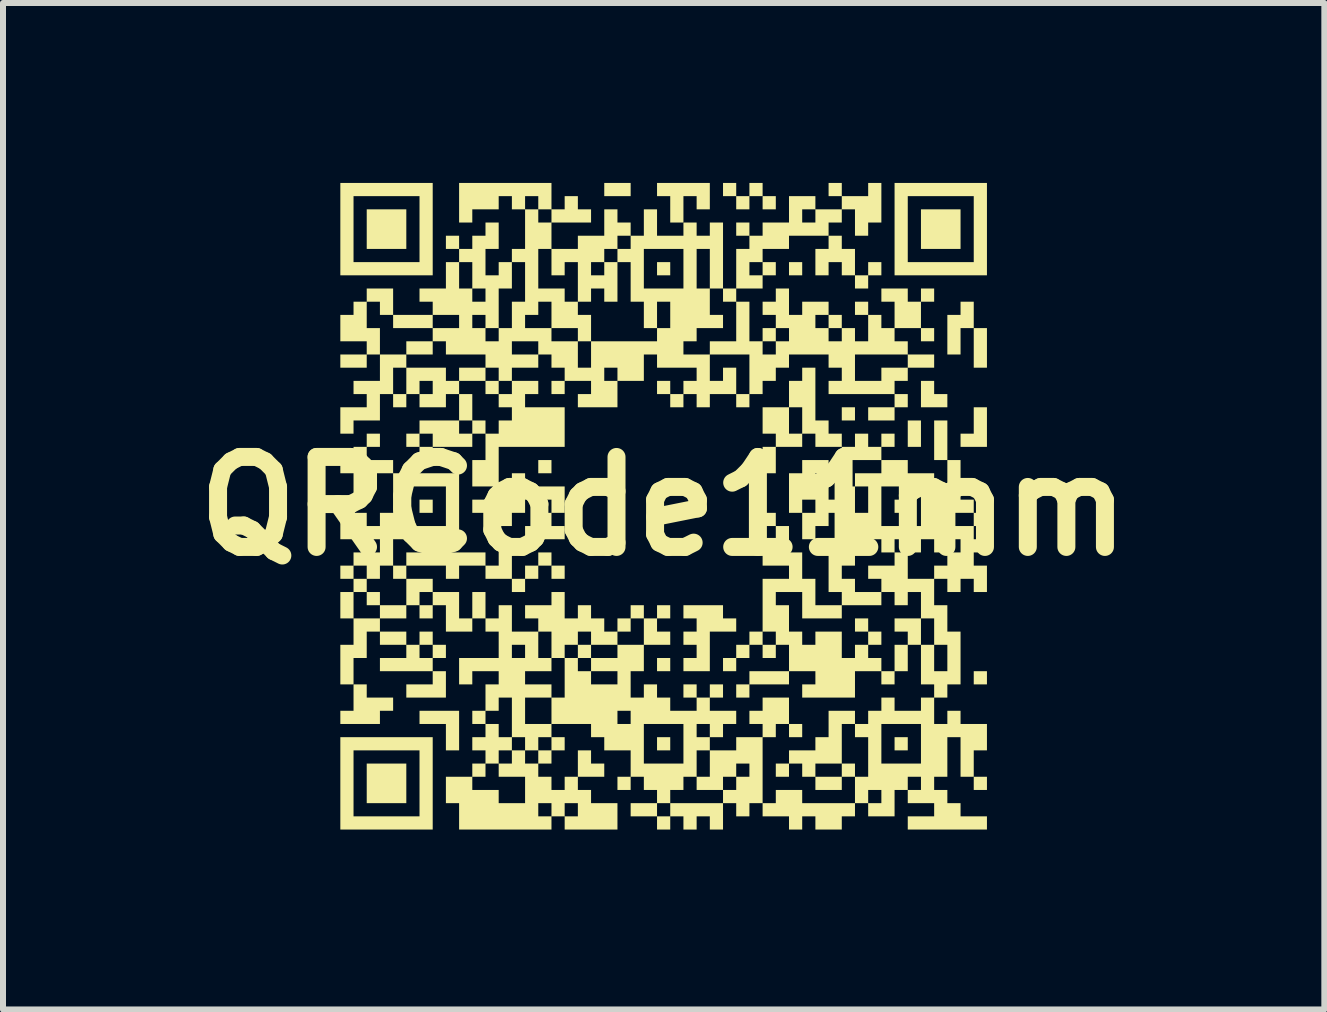
<source format=kicad_pcb>
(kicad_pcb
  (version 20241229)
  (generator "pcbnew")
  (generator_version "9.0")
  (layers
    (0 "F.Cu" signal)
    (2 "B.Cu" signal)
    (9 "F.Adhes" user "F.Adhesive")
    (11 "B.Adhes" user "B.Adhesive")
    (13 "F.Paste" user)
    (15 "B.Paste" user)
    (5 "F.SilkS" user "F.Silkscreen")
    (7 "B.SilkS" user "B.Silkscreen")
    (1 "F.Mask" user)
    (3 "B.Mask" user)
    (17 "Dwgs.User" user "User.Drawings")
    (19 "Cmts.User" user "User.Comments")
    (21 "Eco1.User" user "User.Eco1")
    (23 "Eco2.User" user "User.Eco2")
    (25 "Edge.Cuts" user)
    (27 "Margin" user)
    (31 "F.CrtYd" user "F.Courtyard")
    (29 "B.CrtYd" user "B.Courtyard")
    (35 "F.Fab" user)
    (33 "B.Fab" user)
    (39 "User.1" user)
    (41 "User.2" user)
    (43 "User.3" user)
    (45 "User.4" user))
  (footprint "QRCode11mm"
    (layer "F.Cu")
    (at 8.014 5.39)
    (property "Reference" "QRCode11mm" (at 0 0 0) (layer "F.SilkS") (effects (font (size 1.5 1.5) (thickness 0.3))))
    (attr board_only exclude_from_pos_files exclude_from_bom)
    (fp_poly (pts (xy -4.73 1.54) (xy -4.73 1.65) (xy -4.84 1.65) (xy -4.95 1.65) (xy -4.95 1.54) (xy -4.95 1.43) (xy -4.84 1.43) (xy -4.73 1.43)) (stroke (width 0) (type solid)) (fill yes) (layer "F.SilkS"))
    (fp_poly (pts (xy -4.29 -4.62) (xy -4.29 -4.29) (xy -4.62 -4.29) (xy -4.95 -4.29) (xy -4.95 -4.62) (xy -4.95 -4.95) (xy -4.62 -4.95) (xy -4.29 -4.95)) (stroke (width 0) (type solid)) (fill yes) (layer "F.SilkS"))
    (fp_poly (pts (xy -4.29 4.62) (xy -4.29 4.95) (xy -4.62 4.95) (xy -4.95 4.95) (xy -4.95 4.62) (xy -4.95 4.29) (xy -4.62 4.29) (xy -4.29 4.29)) (stroke (width 0) (type solid)) (fill yes) (layer "F.SilkS"))
    (fp_poly (pts (xy -3.85 -2.64) (xy -3.85 -2.53) (xy -4.07 -2.53) (xy -4.29 -2.53) (xy -4.29 -2.64) (xy -4.29 -2.75) (xy -4.07 -2.75) (xy -3.85 -2.75)) (stroke (width 0) (type solid)) (fill yes) (layer "F.SilkS"))
    (fp_poly (pts (xy -3.85 0) (xy -3.85 0.11) (xy -3.96 0.11) (xy -4.07 0.11) (xy -4.07 0) (xy -4.07 -0.11) (xy -3.96 -0.11) (xy -3.85 -0.11)) (stroke (width 0) (type solid)) (fill yes) (layer "F.SilkS"))
    (fp_poly (pts (xy -2.97 -2.2) (xy -2.97 -2.09) (xy -3.19 -2.09) (xy -3.41 -2.09) (xy -3.41 -2.2) (xy -3.41 -2.31) (xy -3.19 -2.31) (xy -2.97 -2.31)) (stroke (width 0) (type solid)) (fill yes) (layer "F.SilkS"))
    (fp_poly (pts (xy -2.75 -1.98) (xy -2.75 -1.87) (xy -2.86 -1.87) (xy -2.97 -1.87) (xy -2.97 -1.98) (xy -2.97 -2.09) (xy -2.86 -2.09) (xy -2.75 -2.09)) (stroke (width 0) (type solid)) (fill yes) (layer "F.SilkS"))
    (fp_poly (pts (xy -1.87 -0.66) (xy -1.87 -0.55) (xy -1.98 -0.55) (xy -2.09 -0.55) (xy -2.09 -0.66) (xy -2.09 -0.77) (xy -1.98 -0.77) (xy -1.87 -0.77)) (stroke (width 0) (type solid)) (fill yes) (layer "F.SilkS"))
    (fp_poly (pts (xy -1.65 1.1) (xy -1.65 1.21) (xy -1.76 1.21) (xy -1.87 1.21) (xy -1.87 1.1) (xy -1.87 0.99) (xy -1.76 0.99) (xy -1.65 0.99)) (stroke (width 0) (type solid)) (fill yes) (layer "F.SilkS"))
    (fp_poly (pts (xy -1.21 2.42) (xy -1.21 2.53) (xy -1.32 2.53) (xy -1.43 2.53) (xy -1.43 2.42) (xy -1.43 2.31) (xy -1.32 2.31) (xy -1.21 2.31)) (stroke (width 0) (type solid)) (fill yes) (layer "F.SilkS"))
    (fp_poly (pts (xy -0.55 -5.28) (xy -0.55 -5.17) (xy -0.77 -5.17) (xy -0.99 -5.17) (xy -0.99 -5.28) (xy -0.99 -5.39) (xy -0.77 -5.39) (xy -0.55 -5.39)) (stroke (width 0) (type solid)) (fill yes) (layer "F.SilkS"))
    (fp_poly (pts (xy 0.11 -3.96) (xy 0.11 -3.85) (xy 0 -3.85) (xy -0.11 -3.85) (xy -0.11 -3.96) (xy -0.11 -4.07) (xy 0 -4.07) (xy 0.11 -4.07)) (stroke (width 0) (type solid)) (fill yes) (layer "F.SilkS"))
    (fp_poly (pts (xy 0.11 2.64) (xy 0.11 2.75) (xy 0 2.75) (xy -0.11 2.75) (xy -0.11 2.64) (xy -0.11 2.53) (xy 0 2.53) (xy 0.11 2.53)) (stroke (width 0) (type solid)) (fill yes) (layer "F.SilkS"))
    (fp_poly (pts (xy 0.11 3.96) (xy 0.11 4.07) (xy 0 4.07) (xy -0.11 4.07) (xy -0.11 3.96) (xy -0.11 3.85) (xy 0 3.85) (xy 0.11 3.85)) (stroke (width 0) (type solid)) (fill yes) (layer "F.SilkS"))
    (fp_poly (pts (xy 1.87 -5.06) (xy 1.87 -4.95) (xy 1.76 -4.95) (xy 1.65 -4.95) (xy 1.65 -5.06) (xy 1.65 -5.17) (xy 1.76 -5.17) (xy 1.87 -5.17)) (stroke (width 0) (type solid)) (fill yes) (layer "F.SilkS"))
    (fp_poly (pts (xy 1.87 0.22) (xy 1.87 0.33) (xy 1.76 0.33) (xy 1.65 0.33) (xy 1.65 0.22) (xy 1.65 0.11) (xy 1.76 0.11) (xy 1.87 0.11)) (stroke (width 0) (type solid)) (fill yes) (layer "F.SilkS"))
    (fp_poly (pts (xy 2.31 -3.96) (xy 2.31 -3.85) (xy 2.2 -3.85) (xy 2.09 -3.85) (xy 2.09 -3.96) (xy 2.09 -4.07) (xy 2.2 -4.07) (xy 2.31 -4.07)) (stroke (width 0) (type solid)) (fill yes) (layer "F.SilkS"))
    (fp_poly (pts (xy 2.31 3.74) (xy 2.31 3.85) (xy 2.2 3.85) (xy 2.09 3.85) (xy 2.09 3.74) (xy 2.09 3.63) (xy 2.2 3.63) (xy 2.31 3.63)) (stroke (width 0) (type solid)) (fill yes) (layer "F.SilkS"))
    (fp_poly (pts (xy 3.19 -1.54) (xy 3.19 -1.43) (xy 3.08 -1.43) (xy 2.97 -1.43) (xy 2.97 -1.54) (xy 2.97 -1.65) (xy 3.08 -1.65) (xy 3.19 -1.65)) (stroke (width 0) (type solid)) (fill yes) (layer "F.SilkS"))
    (fp_poly (pts (xy 3.41 -3.3) (xy 3.41 -3.19) (xy 3.3 -3.19) (xy 3.19 -3.19) (xy 3.19 -3.3) (xy 3.19 -3.41) (xy 3.3 -3.41) (xy 3.41 -3.41)) (stroke (width 0) (type solid)) (fill yes) (layer "F.SilkS"))
    (fp_poly (pts (xy 3.41 1.98) (xy 3.41 2.09) (xy 3.3 2.09) (xy 3.19 2.09) (xy 3.19 1.98) (xy 3.19 1.87) (xy 3.3 1.87) (xy 3.41 1.87)) (stroke (width 0) (type solid)) (fill yes) (layer "F.SilkS"))
    (fp_poly (pts (xy 3.63 2.2) (xy 3.63 2.31) (xy 3.52 2.31) (xy 3.41 2.31) (xy 3.41 2.2) (xy 3.41 2.09) (xy 3.52 2.09) (xy 3.63 2.09)) (stroke (width 0) (type solid)) (fill yes) (layer "F.SilkS"))
    (fp_poly (pts (xy 4.07 0) (xy 4.07 0.11) (xy 3.96 0.11) (xy 3.85 0.11) (xy 3.85 0) (xy 3.85 -0.11) (xy 3.96 -0.11) (xy 4.07 -0.11)) (stroke (width 0) (type solid)) (fill yes) (layer "F.SilkS"))
    (fp_poly (pts (xy 4.07 3.96) (xy 4.07 4.07) (xy 3.96 4.07) (xy 3.85 4.07) (xy 3.85 3.96) (xy 3.85 3.85) (xy 3.96 3.85) (xy 4.07 3.85)) (stroke (width 0) (type solid)) (fill yes) (layer "F.SilkS"))
    (fp_poly (pts (xy 4.29 -1.21) (xy 4.29 -0.99) (xy 4.18 -0.99) (xy 4.07 -0.99) (xy 4.07 -1.21) (xy 4.07 -1.43) (xy 4.18 -1.43) (xy 4.29 -1.43)) (stroke (width 0) (type solid)) (fill yes) (layer "F.SilkS"))
    (fp_poly (pts (xy 4.51 -2.86) (xy 4.51 -2.75) (xy 4.4 -2.75) (xy 4.29 -2.75) (xy 4.29 -2.86) (xy 4.29 -2.97) (xy 4.4 -2.97) (xy 4.51 -2.97)) (stroke (width 0) (type solid)) (fill yes) (layer "F.SilkS"))
    (fp_poly (pts (xy 4.73 -1.1) (xy 4.73 -0.77) (xy 4.62 -0.77) (xy 4.51 -0.77) (xy 4.51 -1.1) (xy 4.51 -1.43) (xy 4.62 -1.43) (xy 4.73 -1.43)) (stroke (width 0) (type solid)) (fill yes) (layer "F.SilkS"))
    (fp_poly (pts (xy 4.95 -4.62) (xy 4.95 -4.29) (xy 4.62 -4.29) (xy 4.29 -4.29) (xy 4.29 -4.62) (xy 4.29 -4.95) (xy 4.62 -4.95) (xy 4.95 -4.95)) (stroke (width 0) (type solid)) (fill yes) (layer "F.SilkS"))
    (fp_poly (pts (xy 5.39 -2.64) (xy 5.39 -2.31) (xy 5.28 -2.31) (xy 5.17 -2.31) (xy 5.17 -2.64) (xy 5.17 -2.97) (xy 5.28 -2.97) (xy 5.39 -2.97)) (stroke (width 0) (type solid)) (fill yes) (layer "F.SilkS"))
    (fp_poly (pts (xy 5.39 2.86) (xy 5.39 2.97) (xy 5.28 2.97) (xy 5.17 2.97) (xy 5.17 2.86) (xy 5.17 2.75) (xy 5.28 2.75) (xy 5.39 2.75)) (stroke (width 0) (type solid)) (fill yes) (layer "F.SilkS"))
    (fp_poly (pts (xy 5.39 4.62) (xy 5.39 4.73) (xy 5.28 4.73) (xy 5.17 4.73) (xy 5.17 4.62) (xy 5.17 4.51) (xy 5.28 4.51) (xy 5.39 4.51)) (stroke (width 0) (type solid)) (fill yes) (layer "F.SilkS"))
    (fp_poly (pts (xy -3.63 2.97) (xy -3.63 3.19) (xy -3.96 3.19) (xy -4.29 3.19) (xy -4.29 3.08) (xy -4.29 2.97) (xy -4.07 2.97) (xy -3.85 2.97) (xy -3.85 2.86) (xy -3.85 2.75) (xy -3.74 2.75) (xy -3.63 2.75)) (stroke (width 0) (type solid)) (fill yes) (layer "F.SilkS"))
    (fp_poly (pts (xy -3.41 3.74) (xy -3.41 4.07) (xy -3.52 4.07) (xy -3.63 4.07) (xy -3.63 3.85) (xy -3.63 3.63) (xy -3.85 3.63) (xy -4.07 3.63) (xy -4.07 3.52) (xy -4.07 3.41) (xy -3.74 3.41) (xy -3.41 3.41)) (stroke (width 0) (type solid)) (fill yes) (layer "F.SilkS"))
    (fp_poly (pts (xy 4.51 -1.98) (xy 4.51 -1.87) (xy 4.62 -1.87) (xy 4.73 -1.87) (xy 4.73 -1.76) (xy 4.73 -1.65) (xy 4.51 -1.65) (xy 4.29 -1.65) (xy 4.29 -1.87) (xy 4.29 -2.09) (xy 4.4 -2.09) (xy 4.51 -2.09)) (stroke (width 0) (type solid)) (fill yes) (layer "F.SilkS"))
    (fp_poly (pts (xy 5.39 -1.32) (xy 5.39 -0.99) (xy 5.17 -0.99) (xy 4.95 -0.99) (xy 4.95 -1.1) (xy 4.95 -1.21) (xy 5.06 -1.21) (xy 5.17 -1.21) (xy 5.17 -1.43) (xy 5.17 -1.65) (xy 5.28 -1.65) (xy 5.39 -1.65)) (stroke (width 0) (type solid)) (fill yes) (layer "F.SilkS"))
    (fp_poly (pts (xy 4.07 -1.76) (xy 4.07 -1.65) (xy 3.96 -1.65) (xy 3.85 -1.65) (xy 3.85 -1.54) (xy 3.85 -1.43) (xy 3.63 -1.43) (xy 3.41 -1.43) (xy 3.41 -1.54) (xy 3.41 -1.65) (xy 3.63 -1.65) (xy 3.85 -1.65) (xy 3.85 -1.76) (xy 3.85 -1.87) (xy 3.96 -1.87) (xy 4.07 -1.87)) (stroke (width 0) (type solid)) (fill yes) (layer "F.SilkS"))
    (fp_poly (pts (xy 5.17 -3.19) (xy 5.17 -2.97) (xy 5.06 -2.97) (xy 4.95 -2.97) (xy 4.95 -2.75) (xy 4.95 -2.53) (xy 4.84 -2.53) (xy 4.73 -2.53) (xy 4.73 -2.86) (xy 4.73 -3.19) (xy 4.84 -3.19) (xy 4.95 -3.19) (xy 4.95 -3.3) (xy 4.95 -3.41) (xy 5.06 -3.41) (xy 5.17 -3.41)) (stroke (width 0) (type solid)) (fill yes) (layer "F.SilkS"))
    (fp_poly (pts (xy -3.85 -4.62) (xy -3.85 -3.85) (xy -4.62 -3.85) (xy -5.39 -3.85) (xy -5.39 -4.62) (xy -5.17 -4.62) (xy -5.17 -4.07) (xy -4.62 -4.07) (xy -4.07 -4.07) (xy -4.07 -4.62) (xy -4.07 -5.17) (xy -4.62 -5.17) (xy -5.17 -5.17) (xy -5.17 -4.62) (xy -5.39 -4.62) (xy -5.39 -5.39) (xy -4.62 -5.39) (xy -3.85 -5.39)) (stroke (width 0) (type solid)) (fill yes) (layer "F.SilkS"))
    (fp_poly (pts (xy -3.85 4.62) (xy -3.85 5.39) (xy -4.62 5.39) (xy -5.39 5.39) (xy -5.39 4.62) (xy -5.17 4.62) (xy -5.17 5.17) (xy -4.62 5.17) (xy -4.07 5.17) (xy -4.07 4.62) (xy -4.07 4.07) (xy -4.62 4.07) (xy -5.17 4.07) (xy -5.17 4.62) (xy -5.39 4.62) (xy -5.39 3.85) (xy -4.62 3.85) (xy -3.85 3.85)) (stroke (width 0) (type solid)) (fill yes) (layer "F.SilkS"))
    (fp_poly (pts (xy 5.39 -4.62) (xy 5.39 -3.85) (xy 4.62 -3.85) (xy 3.85 -3.85) (xy 3.85 -4.62) (xy 4.07 -4.62) (xy 4.07 -4.07) (xy 4.62 -4.07) (xy 5.17 -4.07) (xy 5.17 -4.62) (xy 5.17 -5.17) (xy 4.62 -5.17) (xy 4.07 -5.17) (xy 4.07 -4.62) (xy 3.85 -4.62) (xy 3.85 -5.39) (xy 4.62 -5.39) (xy 5.39 -5.39)) (stroke (width 0) (type solid)) (fill yes) (layer "F.SilkS"))
    (fp_poly (pts (xy -4.95 3.08) (xy -4.95 3.19) (xy -4.73 3.19) (xy -4.51 3.19) (xy -4.51 3.3) (xy -4.51 3.41) (xy -4.62 3.41) (xy -4.73 3.41) (xy -4.73 3.52) (xy -4.73 3.63) (xy -5.06 3.63) (xy -5.39 3.63) (xy -5.39 3.52) (xy -5.39 3.41) (xy -5.28 3.41) (xy -5.17 3.41) (xy -5.17 3.19) (xy -5.17 2.97) (xy -5.06 2.97) (xy -4.95 2.97)) (stroke (width 0) (type solid)) (fill yes) (layer "F.SilkS"))
    (fp_poly (pts (xy 0.77 -5.17) (xy 0.77 -4.95) (xy 0.66 -4.95) (xy 0.55 -4.95) (xy 0.55 -5.06) (xy 0.55 -5.17) (xy 0.44 -5.17) (xy 0.33 -5.17) (xy 0.33 -4.95) (xy 0.33 -4.73) (xy 0.22 -4.73) (xy 0.11 -4.73) (xy 0.11 -4.95) (xy 0.11 -5.17) (xy 0 -5.17) (xy -0.11 -5.17) (xy -0.11 -5.28) (xy -0.11 -5.39) (xy 0.33 -5.39) (xy 0.77 -5.39)) (stroke (width 0) (type solid)) (fill yes) (layer "F.SilkS"))
    (fp_poly (pts (xy 1.21 -5.28) (xy 1.21 -5.17) (xy 1.32 -5.17) (xy 1.43 -5.17) (xy 1.43 -5.28) (xy 1.43 -5.39) (xy 1.54 -5.39) (xy 1.65 -5.39) (xy 1.65 -5.28) (xy 1.65 -5.17) (xy 1.54 -5.17) (xy 1.43 -5.17) (xy 1.43 -5.06) (xy 1.43 -4.95) (xy 1.32 -4.95) (xy 1.21 -4.95) (xy 1.21 -5.06) (xy 1.21 -5.17) (xy 1.1 -5.17) (xy 0.99 -5.17) (xy 0.99 -5.28) (xy 0.99 -5.39) (xy 1.1 -5.39) (xy 1.21 -5.39)) (stroke (width 0) (type solid)) (fill yes) (layer "F.SilkS"))
    (fp_poly (pts (xy 0.99 1.76) (xy 0.99 1.87) (xy 1.1 1.87) (xy 1.21 1.87) (xy 1.21 1.98) (xy 1.21 2.09) (xy 0.99 2.09) (xy 0.77 2.09) (xy 0.77 2.42) (xy 0.77 2.75) (xy 0.55 2.75) (xy 0.33 2.75) (xy 0.33 2.64) (xy 0.33 2.53) (xy 0.44 2.53) (xy 0.55 2.53) (xy 0.55 2.42) (xy 0.55 2.31) (xy 0.44 2.31) (xy 0.33 2.31) (xy 0.33 2.2) (xy 0.33 2.09) (xy 0.44 2.09) (xy 0.55 2.09) (xy 0.55 1.98) (xy 0.55 1.87) (xy 0.44 1.87) (xy 0.33 1.87) (xy 0.33 1.76) (xy 0.33 1.65) (xy 0.66 1.65) (xy 0.99 1.65)) (stroke (width 0) (type solid)) (fill yes) (layer "F.SilkS"))
    (fp_poly (pts (xy -4.29 2.2) (xy -4.29 2.31) (xy -4.18 2.31) (xy -4.07 2.31) (xy -4.07 2.2) (xy -4.07 2.09) (xy -3.96 2.09) (xy -3.85 2.09) (xy -3.85 2.2) (xy -3.85 2.31) (xy -3.96 2.31) (xy -4.07 2.31) (xy -4.07 2.42) (xy -4.07 2.53) (xy -3.96 2.53) (xy -3.85 2.53) (xy -3.85 2.42) (xy -3.85 2.31) (xy -3.74 2.31) (xy -3.63 2.31) (xy -3.63 2.42) (xy -3.63 2.53) (xy -3.74 2.53) (xy -3.85 2.53) (xy -3.85 2.64) (xy -3.85 2.75) (xy -4.29 2.75) (xy -4.73 2.75) (xy -4.73 2.64) (xy -4.73 2.53) (xy -4.51 2.53) (xy -4.29 2.53) (xy -4.29 2.42) (xy -4.29 2.31) (xy -4.51 2.31) (xy -4.73 2.31) (xy -4.73 2.2) (xy -4.73 2.09) (xy -4.51 2.09) (xy -4.29 2.09)) (stroke (width 0) (type solid)) (fill yes) (layer "F.SilkS"))
    (fp_poly (pts (xy 2.97 -4.4) (xy 2.97 -4.29) (xy 3.08 -4.29) (xy 3.19 -4.29) (xy 3.19 -4.07) (xy 3.19 -3.85) (xy 3.3 -3.85) (xy 3.41 -3.85) (xy 3.41 -3.96) (xy 3.41 -4.07) (xy 3.52 -4.07) (xy 3.63 -4.07) (xy 3.63 -3.96) (xy 3.63 -3.85) (xy 3.52 -3.85) (xy 3.41 -3.85) (xy 3.41 -3.74) (xy 3.41 -3.63) (xy 3.3 -3.63) (xy 3.19 -3.63) (xy 3.19 -3.74) (xy 3.19 -3.85) (xy 3.08 -3.85) (xy 2.97 -3.85) (xy 2.97 -3.96) (xy 2.97 -4.07) (xy 2.86 -4.07) (xy 2.75 -4.07) (xy 2.75 -3.96) (xy 2.75 -3.85) (xy 2.64 -3.85) (xy 2.53 -3.85) (xy 2.53 -4.07) (xy 2.53 -4.29) (xy 2.64 -4.29) (xy 2.75 -4.29) (xy 2.75 -4.4) (xy 2.75 -4.51) (xy 2.86 -4.51) (xy 2.97 -4.51)) (stroke (width 0) (type solid)) (fill yes) (layer "F.SilkS"))
    (fp_poly (pts (xy -4.29 -2.42) (xy -4.29 -2.31) (xy -4.4 -2.31) (xy -4.51 -2.31) (xy -4.51 -2.09) (xy -4.51 -1.87) (xy -4.4 -1.87) (xy -4.29 -1.87) (xy -4.29 -1.98) (xy -4.07 -1.98) (xy -4.07 -1.87) (xy -3.96 -1.87) (xy -3.85 -1.87) (xy -3.85 -1.98) (xy -3.85 -2.09) (xy -3.96 -2.09) (xy -4.07 -2.09) (xy -4.07 -1.98) (xy -4.29 -1.98) (xy -4.29 -2.09) (xy -4.29 -2.31) (xy -3.96 -2.31) (xy -3.63 -2.31) (xy -3.63 -2.2) (xy -3.63 -2.09) (xy -3.52 -2.09) (xy -3.41 -2.09) (xy -3.41 -1.98) (xy -3.41 -1.87) (xy -3.52 -1.87) (xy -3.63 -1.87) (xy -3.63 -1.76) (xy -3.63 -1.65) (xy -3.85 -1.65) (xy -4.07 -1.65) (xy -4.07 -1.76) (xy -4.07 -1.87) (xy -4.18 -1.87) (xy -4.29 -1.87) (xy -4.29 -1.76) (xy -4.29 -1.65) (xy -4.4 -1.65) (xy -4.51 -1.65) (xy -4.51 -1.76) (xy -4.51 -1.87) (xy -4.62 -1.87) (xy -4.73 -1.87) (xy -4.73 -1.65) (xy -4.73 -1.43) (xy -4.95 -1.43) (xy -5.17 -1.43) (xy -5.17 -1.32) (xy -5.17 -1.21) (xy -5.28 -1.21) (xy -5.39 -1.21) (xy -5.39 -1.43) (xy -5.39 -1.65) (xy -5.17 -1.65) (xy -4.95 -1.65) (xy -4.95 -1.76) (xy -4.95 -1.87) (xy -5.06 -1.87) (xy -5.17 -1.87) (xy -5.17 -1.98) (xy -5.17 -2.09) (xy -4.95 -2.09) (xy -4.73 -2.09) (xy -4.73 -2.31) (xy -4.73 -2.53) (xy -4.51 -2.53) (xy -4.29 -2.53)) (stroke (width 0) (type solid)) (fill yes) (layer "F.SilkS"))
    (fp_poly (pts (xy 2.53 -1.87) (xy 2.53 -1.43) (xy 2.64 -1.43) (xy 2.75 -1.43) (xy 2.75 -1.32) (xy 2.75 -1.21) (xy 2.86 -1.21) (xy 2.97 -1.21) (xy 2.97 -1.1) (xy 2.97 -0.99) (xy 3.08 -0.99) (xy 3.19 -0.99) (xy 3.19 -1.1) (xy 3.19 -1.21) (xy 3.3 -1.21) (xy 3.41 -1.21) (xy 3.41 -1.1) (xy 3.41 -0.99) (xy 3.52 -0.99) (xy 3.63 -0.99) (xy 3.63 -1.1) (xy 3.63 -1.21) (xy 3.74 -1.21) (xy 3.85 -1.21) (xy 3.85 -1.1) (xy 3.85 -0.99) (xy 3.74 -0.99) (xy 3.63 -0.99) (xy 3.63 -0.88) (xy 3.63 -0.77) (xy 3.3 -0.77) (xy 2.97 -0.77) (xy 2.97 -0.88) (xy 2.97 -0.99) (xy 2.75 -0.99) (xy 2.53 -0.99) (xy 2.53 -1.1) (xy 2.53 -1.21) (xy 2.42 -1.21) (xy 2.31 -1.21) (xy 2.31 -1.1) (xy 2.31 -0.99) (xy 2.09 -0.99) (xy 1.87 -0.99) (xy 1.87 -0.77) (xy 1.87 -0.55) (xy 1.76 -0.55) (xy 1.65 -0.55) (xy 1.65 -0.77) (xy 1.65 -0.99) (xy 1.76 -0.99) (xy 1.87 -0.99) (xy 1.87 -1.1) (xy 1.87 -1.21) (xy 1.76 -1.21) (xy 1.65 -1.21) (xy 1.65 -1.43) (xy 2.09 -1.43) (xy 2.09 -1.21) (xy 2.2 -1.21) (xy 2.31 -1.21) (xy 2.31 -1.43) (xy 2.31 -1.65) (xy 2.2 -1.65) (xy 2.09 -1.65) (xy 2.09 -1.43) (xy 1.65 -1.43) (xy 1.65 -1.65) (xy 1.87 -1.65) (xy 2.09 -1.65) (xy 2.09 -1.87) (xy 2.09 -2.09) (xy 2.2 -2.09) (xy 2.31 -2.09) (xy 2.31 -2.2) (xy 2.31 -2.31) (xy 2.42 -2.31) (xy 2.53 -2.31)) (stroke (width 0) (type solid)) (fill yes) (layer "F.SilkS"))
    (fp_poly (pts (xy -2.09 -1.98) (xy -2.09 -1.87) (xy -2.2 -1.87) (xy -2.31 -1.87) (xy -2.31 -1.76) (xy -2.31 -1.65) (xy -1.98 -1.65) (xy -1.65 -1.65) (xy -1.65 -1.32) (xy -1.65 -0.99) (xy -2.2 -0.99) (xy -2.75 -0.99) (xy -2.75 -0.66) (xy -2.75 -0.33) (xy -2.64 -0.33) (xy -2.53 -0.33) (xy -2.53 -0.44) (xy -2.53 -0.55) (xy -2.42 -0.55) (xy -2.31 -0.55) (xy -2.31 -0.44) (xy -2.31 -0.33) (xy -1.98 -0.33) (xy -1.65 -0.33) (xy -1.65 -0.11) (xy -1.65 0.11) (xy -1.76 0.11) (xy -1.87 0.11) (xy -1.87 0.22) (xy -1.87 0.33) (xy -1.76 0.33) (xy -1.65 0.33) (xy -1.65 0.44) (xy -1.65 0.55) (xy -1.98 0.55) (xy -2.31 0.55) (xy -2.31 0.44) (xy -2.31 0.33) (xy -2.2 0.33) (xy -2.09 0.33) (xy -2.09 0.22) (xy -2.09 0.11) (xy -1.98 0.11) (xy -1.87 0.11) (xy -1.87 0) (xy -1.87 -0.11) (xy -2.09 -0.11) (xy -2.31 -0.11) (xy -2.31 0) (xy -2.31 0.11) (xy -2.42 0.11) (xy -2.53 0.11) (xy -2.53 0.22) (xy -2.53 0.33) (xy -2.64 0.33) (xy -2.75 0.33) (xy -2.75 0.22) (xy -2.75 0.11) (xy -2.97 0.11) (xy -3.19 0.11) (xy -3.19 0) (xy -3.19 -0.11) (xy -2.97 -0.11) (xy -2.75 -0.11) (xy -2.75 -0.22) (xy -2.75 -0.33) (xy -2.97 -0.33) (xy -3.19 -0.33) (xy -3.19 -0.55) (xy -3.19 -0.77) (xy -3.08 -0.77) (xy -2.97 -0.77) (xy -2.97 -0.99) (xy -2.97 -1.21) (xy -3.08 -1.21) (xy -3.19 -1.21) (xy -3.19 -1.1) (xy -3.19 -0.99) (xy -3.52 -0.99) (xy -3.85 -0.99) (xy -3.85 -0.88) (xy -3.85 -0.77) (xy -3.96 -0.77) (xy -4.07 -0.77) (xy -4.07 -0.88) (xy -4.07 -0.99) (xy -4.18 -0.99) (xy -4.29 -0.99) (xy -4.29 -1.1) (xy -4.07 -1.1) (xy -4.07 -0.99) (xy -3.96 -0.99) (xy -3.85 -0.99) (xy -3.85 -1.1) (xy -3.85 -1.21) (xy -3.96 -1.21) (xy -4.07 -1.21) (xy -4.07 -1.1) (xy -4.29 -1.1) (xy -4.29 -1.21) (xy -4.18 -1.21) (xy -4.07 -1.21) (xy -4.07 -1.32) (xy -4.07 -1.43) (xy -3.74 -1.43) (xy -3.41 -1.43) (xy -3.41 -1.65) (xy -3.41 -1.87) (xy -3.3 -1.87) (xy -3.19 -1.87) (xy -3.19 -1.65) (xy -3.19 -1.43) (xy -3.3 -1.43) (xy -3.41 -1.43) (xy -3.41 -1.32) (xy -3.41 -1.21) (xy -3.3 -1.21) (xy -3.19 -1.21) (xy -3.19 -1.32) (xy -3.19 -1.43) (xy -3.08 -1.43) (xy -2.97 -1.43) (xy -2.97 -1.32) (xy -2.97 -1.21) (xy -2.86 -1.21) (xy -2.75 -1.21) (xy -2.75 -1.32) (xy -2.75 -1.43) (xy -2.64 -1.43) (xy -2.53 -1.43) (xy -2.53 -1.54) (xy -2.53 -1.65) (xy -2.64 -1.65) (xy -2.75 -1.65) (xy -2.75 -1.76) (xy -2.75 -1.87) (xy -2.64 -1.87) (xy -2.53 -1.87) (xy -2.53 -1.98) (xy -2.53 -2.09) (xy -2.31 -2.09) (xy -2.09 -2.09)) (stroke (width 0) (type solid)) (fill yes) (layer "F.SilkS"))
    (fp_poly (pts (xy -4.73 -1.1) (xy -4.73 -0.99) (xy -4.84 -0.99) (xy -4.95 -0.99) (xy -4.95 -0.88) (xy -4.95 -0.77) (xy -4.73 -0.77) (xy -4.51 -0.77) (xy -4.51 -0.66) (xy -4.51 -0.55) (xy -4.73 -0.55) (xy -4.95 -0.55) (xy -4.95 -0.33) (xy -4.95 -0.11) (xy -5.06 -0.11) (xy -5.17 -0.11) (xy -5.17 0) (xy -5.17 0.11) (xy -5.06 0.11) (xy -4.95 0.11) (xy -4.95 0.22) (xy -4.95 0.33) (xy -4.84 0.33) (xy -4.73 0.33) (xy -4.73 0.22) (xy -4.73 0.11) (xy -4.62 0.11) (xy -4.51 0.11) (xy -4.51 0) (xy -4.29 0) (xy -4.29 0.33) (xy -3.96 0.33) (xy -3.63 0.33) (xy -3.63 0) (xy -3.63 -0.33) (xy -3.96 -0.33) (xy -4.29 -0.33) (xy -4.29 0) (xy -4.51 0) (xy -4.51 -0.22) (xy -4.51 -0.55) (xy -3.96 -0.55) (xy -3.41 -0.55) (xy -3.41 0) (xy -3.41 0.55) (xy -3.96 0.55) (xy -4.51 0.55) (xy -4.51 0.77) (xy -4.51 0.99) (xy -4.4 0.99) (xy -4.29 0.99) (xy -4.29 0.88) (xy -4.29 0.77) (xy -3.63 0.77) (xy -2.97 0.77) (xy -2.97 0.88) (xy -2.97 0.99) (xy -2.86 0.99) (xy -2.75 0.99) (xy -2.75 0.77) (xy -2.75 0.55) (xy -2.64 0.55) (xy -2.53 0.55) (xy -2.53 0.88) (xy -2.53 1.21) (xy -2.42 1.21) (xy -2.31 1.21) (xy -2.31 1.1) (xy -2.31 0.99) (xy -2.2 0.99) (xy -2.09 0.99) (xy -2.09 0.88) (xy -2.09 0.77) (xy -1.98 0.77) (xy -1.87 0.77) (xy -1.87 0.88) (xy -1.87 0.99) (xy -1.98 0.99) (xy -2.09 0.99) (xy -2.09 1.1) (xy -2.09 1.21) (xy -2.2 1.21) (xy -2.31 1.21) (xy -2.31 1.32) (xy -2.31 1.43) (xy -2.42 1.43) (xy -2.53 1.43) (xy -2.53 1.32) (xy -2.53 1.21) (xy -2.75 1.21) (xy -2.97 1.21) (xy -2.97 1.1) (xy -2.97 0.99) (xy -3.19 0.99) (xy -3.41 0.99) (xy -3.41 1.1) (xy -3.41 1.21) (xy -3.52 1.21) (xy -3.63 1.21) (xy -3.63 1.1) (xy -3.63 0.99) (xy -3.96 0.99) (xy -4.29 0.99) (xy -4.29 1.1) (xy -4.29 1.21) (xy -4.4 1.21) (xy -4.51 1.21) (xy -4.51 1.1) (xy -4.51 0.99) (xy -4.62 0.99) (xy -4.73 0.99) (xy -4.73 1.1) (xy -4.73 1.21) (xy -4.84 1.21) (xy -4.95 1.21) (xy -4.95 1.1) (xy -4.95 0.99) (xy -5.06 0.99) (xy -5.17 0.99) (xy -5.17 1.1) (xy -5.17 1.21) (xy -5.28 1.21) (xy -5.39 1.21) (xy -5.39 1.1) (xy -5.39 0.99) (xy -5.28 0.99) (xy -5.17 0.99) (xy -5.17 0.88) (xy -5.17 0.77) (xy -4.95 0.77) (xy -4.73 0.77) (xy -4.73 0.66) (xy -4.73 0.55) (xy -5.06 0.55) (xy -5.39 0.55) (xy -5.39 0.22) (xy -5.39 -0.11) (xy -5.28 -0.11) (xy -5.17 -0.11) (xy -5.17 -0.33) (xy -5.17 -0.55) (xy -5.28 -0.55) (xy -5.39 -0.55) (xy -5.39 -0.66) (xy -5.39 -0.77) (xy -5.28 -0.77) (xy -5.17 -0.77) (xy -5.17 -0.88) (xy -5.17 -0.99) (xy -5.06 -0.99) (xy -4.95 -0.99) (xy -4.95 -1.1) (xy -4.95 -1.21) (xy -4.84 -1.21) (xy -4.73 -1.21)) (stroke (width 0) (type solid)) (fill yes) (layer "F.SilkS"))
    (fp_poly (pts (xy -1.87 -5.17) (xy -1.87 -4.95) (xy -1.76 -4.95) (xy -1.65 -4.95) (xy -1.65 -5.06) (xy -1.65 -5.17) (xy -1.54 -5.17) (xy -1.43 -5.17) (xy -1.43 -5.06) (xy -1.43 -4.95) (xy -1.32 -4.95) (xy -1.21 -4.95) (xy -1.21 -4.84) (xy -1.21 -4.73) (xy -1.54 -4.73) (xy -1.87 -4.73) (xy -1.87 -4.51) (xy -1.87 -4.29) (xy -1.65 -4.29) (xy -1.43 -4.29) (xy -1.43 -4.4) (xy -1.43 -4.51) (xy -1.21 -4.51) (xy -0.99 -4.51) (xy -0.99 -4.73) (xy -0.99 -4.95) (xy -0.88 -4.95) (xy -0.77 -4.95) (xy -0.77 -4.84) (xy -0.77 -4.73) (xy -0.66 -4.73) (xy -0.55 -4.73) (xy -0.55 -4.62) (xy -0.55 -4.51) (xy -0.44 -4.51) (xy -0.33 -4.51) (xy -0.33 -4.73) (xy -0.33 -4.95) (xy -0.22 -4.95) (xy -0.11 -4.95) (xy -0.11 -4.73) (xy -0.11 -4.51) (xy 0.11 -4.51) (xy 0.33 -4.51) (xy 0.33 -4.62) (xy 0.33 -4.73) (xy 0.44 -4.73) (xy 0.55 -4.73) (xy 0.55 -4.62) (xy 0.55 -4.51) (xy 0.66 -4.51) (xy 0.77 -4.51) (xy 0.77 -4.62) (xy 0.77 -4.73) (xy 0.88 -4.73) (xy 0.99 -4.73) (xy 0.99 -4.18) (xy 0.99 -3.63) (xy 1.1 -3.63) (xy 1.21 -3.63) (xy 1.21 -3.96) (xy 1.21 -4.29) (xy 1.32 -4.29) (xy 1.43 -4.29) (xy 1.43 -4.4) (xy 1.43 -4.51) (xy 1.32 -4.51) (xy 1.21 -4.51) (xy 1.21 -4.62) (xy 1.21 -4.73) (xy 1.32 -4.73) (xy 1.43 -4.73) (xy 1.43 -4.62) (xy 1.43 -4.51) (xy 1.54 -4.51) (xy 1.65 -4.51) (xy 1.65 -4.62) (xy 1.65 -4.73) (xy 1.87 -4.73) (xy 2.09 -4.73) (xy 2.09 -4.84) (xy 2.31 -4.84) (xy 2.31 -4.73) (xy 2.42 -4.73) (xy 2.53 -4.73) (xy 2.53 -4.84) (xy 2.53 -4.95) (xy 2.42 -4.95) (xy 2.31 -4.95) (xy 2.31 -4.84) (xy 2.09 -4.84) (xy 2.09 -4.95) (xy 2.09 -5.17) (xy 2.31 -5.17) (xy 2.53 -5.17) (xy 2.53 -5.06) (xy 2.53 -4.95) (xy 2.75 -4.95) (xy 2.97 -4.95) (xy 2.97 -5.06) (xy 2.97 -5.17) (xy 2.86 -5.17) (xy 2.75 -5.17) (xy 2.75 -5.28) (xy 2.75 -5.39) (xy 2.86 -5.39) (xy 2.97 -5.39) (xy 2.97 -5.28) (xy 2.97 -5.17) (xy 3.19 -5.17) (xy 3.41 -5.17) (xy 3.41 -5.28) (xy 3.41 -5.39) (xy 3.52 -5.39) (xy 3.63 -5.39) (xy 3.63 -5.06) (xy 3.63 -4.73) (xy 3.52 -4.73) (xy 3.41 -4.73) (xy 3.41 -4.62) (xy 3.41 -4.51) (xy 3.3 -4.51) (xy 3.19 -4.51) (xy 3.19 -4.73) (xy 3.19 -4.95) (xy 3.08 -4.95) (xy 2.97 -4.95) (xy 2.97 -4.84) (xy 2.97 -4.73) (xy 2.86 -4.73) (xy 2.75 -4.73) (xy 2.75 -4.62) (xy 2.75 -4.51) (xy 2.42 -4.51) (xy 2.09 -4.51) (xy 2.09 -4.4) (xy 2.09 -4.29) (xy 1.87 -4.29) (xy 1.65 -4.29) (xy 1.65 -4.18) (xy 1.65 -4.07) (xy 1.54 -4.07) (xy 1.43 -4.07) (xy 1.43 -3.96) (xy 1.43 -3.85) (xy 1.54 -3.85) (xy 1.65 -3.85) (xy 1.65 -3.96) (xy 1.65 -4.07) (xy 1.76 -4.07) (xy 1.87 -4.07) (xy 1.87 -3.96) (xy 1.87 -3.85) (xy 1.76 -3.85) (xy 1.65 -3.85) (xy 1.65 -3.74) (xy 1.65 -3.63) (xy 1.43 -3.63) (xy 1.21 -3.63) (xy 1.21 -3.52) (xy 1.21 -3.41) (xy 1.1 -3.41) (xy 0.99 -3.41) (xy 0.99 -3.52) (xy 0.99 -3.63) (xy 0.88 -3.63) (xy 0.77 -3.63) (xy 0.77 -3.41) (xy 0.77 -3.19) (xy 0.88 -3.19) (xy 0.99 -3.19) (xy 0.99 -3.08) (xy 0.99 -2.97) (xy 0.77 -2.97) (xy 0.55 -2.97) (xy 0.55 -2.86) (xy 0.55 -2.75) (xy 0.44 -2.75) (xy 0.33 -2.75) (xy 0.33 -2.64) (xy 0.33 -2.53) (xy 0.55 -2.53) (xy 0.77 -2.53) (xy 0.77 -2.64) (xy 0.77 -2.75) (xy 0.99 -2.75) (xy 1.21 -2.75) (xy 1.21 -3.08) (xy 1.21 -3.41) (xy 1.32 -3.41) (xy 1.43 -3.41) (xy 1.43 -3.08) (xy 1.43 -2.75) (xy 1.54 -2.75) (xy 1.65 -2.75) (xy 1.65 -2.64) (xy 1.65 -2.53) (xy 1.76 -2.53) (xy 1.87 -2.53) (xy 1.87 -2.64) (xy 1.87 -2.75) (xy 1.98 -2.75) (xy 2.09 -2.75) (xy 2.09 -2.86) (xy 2.09 -2.97) (xy 1.98 -2.97) (xy 1.87 -2.97) (xy 1.87 -2.86) (xy 1.87 -2.75) (xy 1.76 -2.75) (xy 1.65 -2.75) (xy 1.65 -2.86) (xy 1.65 -2.97) (xy 1.76 -2.97) (xy 1.87 -2.97) (xy 1.87 -3.08) (xy 1.87 -3.19) (xy 1.76 -3.19) (xy 1.65 -3.19) (xy 1.65 -3.3) (xy 1.65 -3.41) (xy 1.76 -3.41) (xy 1.87 -3.41) (xy 1.87 -3.52) (xy 1.87 -3.63) (xy 1.98 -3.63) (xy 2.09 -3.63) (xy 2.09 -3.41) (xy 2.09 -3.19) (xy 2.2 -3.19) (xy 2.31 -3.19) (xy 2.31 -3.3) (xy 2.31 -3.41) (xy 2.53 -3.41) (xy 2.75 -3.41) (xy 2.75 -3.3) (xy 2.75 -3.19) (xy 2.64 -3.19) (xy 2.53 -3.19) (xy 2.53 -3.08) (xy 2.53 -2.97) (xy 2.64 -2.97) (xy 2.75 -2.97) (xy 2.75 -3.08) (xy 2.75 -3.19) (xy 2.86 -3.19) (xy 2.97 -3.19) (xy 2.97 -3.08) (xy 2.97 -2.97) (xy 2.86 -2.97) (xy 2.75 -2.97) (xy 2.75 -2.86) (xy 2.75 -2.75) (xy 2.86 -2.75) (xy 2.97 -2.75) (xy 2.97 -2.86) (xy 2.97 -2.97) (xy 3.08 -2.97) (xy 3.19 -2.97) (xy 3.19 -2.86) (xy 3.19 -2.75) (xy 3.3 -2.75) (xy 3.41 -2.75) (xy 3.41 -2.97) (xy 3.41 -3.19) (xy 3.52 -3.19) (xy 3.63 -3.19) (xy 3.63 -3.08) (xy 3.63 -2.97) (xy 3.74 -2.97) (xy 3.85 -2.97) (xy 3.85 -3.19) (xy 3.85 -3.41) (xy 3.74 -3.41) (xy 3.63 -3.41) (xy 3.63 -3.52) (xy 3.63 -3.63) (xy 3.85 -3.63) (xy 4.07 -3.63) (xy 4.07 -3.52) (xy 4.07 -3.41) (xy 4.18 -3.41) (xy 4.29 -3.41) (xy 4.29 -3.52) (xy 4.29 -3.63) (xy 4.4 -3.63) (xy 4.51 -3.63) (xy 4.51 -3.52) (xy 4.51 -3.41) (xy 4.4 -3.41) (xy 4.29 -3.41) (xy 4.29 -3.19) (xy 4.29 -2.97) (xy 4.07 -2.97) (xy 3.85 -2.97) (xy 3.85 -2.86) (xy 3.85 -2.75) (xy 3.96 -2.75) (xy 4.07 -2.75) (xy 4.07 -2.64) (xy 4.07 -2.53) (xy 3.63 -2.53) (xy 3.19 -2.53) (xy 3.19 -2.31) (xy 3.19 -2.09) (xy 3.41 -2.09) (xy 3.63 -2.09) (xy 3.63 -2.2) (xy 3.63 -2.31) (xy 3.85 -2.31) (xy 4.07 -2.31) (xy 4.07 -2.42) (xy 4.07 -2.53) (xy 4.29 -2.53) (xy 4.51 -2.53) (xy 4.51 -2.42) (xy 4.51 -2.31) (xy 4.29 -2.31) (xy 4.07 -2.31) (xy 4.07 -2.2) (xy 4.07 -2.09) (xy 3.96 -2.09) (xy 3.85 -2.09) (xy 3.85 -1.98) (xy 3.85 -1.87) (xy 3.3 -1.87) (xy 2.75 -1.87) (xy 2.75 -1.98) (xy 2.75 -2.09) (xy 2.86 -2.09) (xy 2.97 -2.09) (xy 2.97 -2.2) (xy 2.97 -2.31) (xy 2.86 -2.31) (xy 2.75 -2.31) (xy 2.75 -2.42) (xy 2.75 -2.53) (xy 2.42 -2.53) (xy 2.09 -2.53) (xy 2.09 -2.42) (xy 2.09 -2.31) (xy 1.98 -2.31) (xy 1.87 -2.31) (xy 1.87 -2.2) (xy 1.87 -2.09) (xy 1.76 -2.09) (xy 1.65 -2.09) (xy 1.65 -1.98) (xy 1.65 -1.87) (xy 1.54 -1.87) (xy 1.43 -1.87) (xy 1.43 -1.76) (xy 1.43 -1.65) (xy 1.32 -1.65) (xy 1.21 -1.65) (xy 1.21 -1.76) (xy 1.21 -1.87) (xy 0.99 -1.87) (xy 0.77 -1.87) (xy 0.77 -1.76) (xy 0.77 -1.65) (xy 0.66 -1.65) (xy 0.55 -1.65) (xy 0.55 -1.76) (xy 0.55 -1.87) (xy 0.44 -1.87) (xy 0.33 -1.87) (xy 0.33 -1.76) (xy 0.33 -1.65) (xy 0.22 -1.65) (xy 0.11 -1.65) (xy 0.11 -1.76) (xy 0.11 -1.87) (xy 0 -1.87) (xy -0.11 -1.87) (xy -0.11 -1.98) (xy -0.11 -2.09) (xy 0 -2.09) (xy 0.11 -2.09) (xy 0.11 -1.98) (xy 0.11 -1.87) (xy 0.22 -1.87) (xy 0.33 -1.87) (xy 0.33 -1.98) (xy 0.33 -2.09) (xy 0.44 -2.09) (xy 0.55 -2.09) (xy 0.55 -2.2) (xy 0.55 -2.31) (xy 0.77 -2.31) (xy 0.77 -2.09) (xy 0.88 -2.09) (xy 0.99 -2.09) (xy 0.99 -2.2) (xy 0.99 -2.31) (xy 1.1 -2.31) (xy 1.21 -2.31) (xy 1.21 -2.09) (xy 1.21 -1.87) (xy 1.32 -1.87) (xy 1.43 -1.87) (xy 1.43 -2.2) (xy 1.43 -2.53) (xy 1.1 -2.53) (xy 0.77 -2.53) (xy 0.77 -2.31) (xy 0.55 -2.31) (xy 0.22 -2.31) (xy -0.11 -2.31) (xy -0.11 -2.42) (xy -0.11 -2.53) (xy -0.22 -2.53) (xy -0.33 -2.53) (xy -0.33 -2.31) (xy -0.33 -2.09) (xy -0.55 -2.09) (xy -0.77 -2.09) (xy -0.77 -1.87) (xy -0.77 -1.65) (xy -1.1 -1.65) (xy -1.43 -1.65) (xy -1.43 -1.76) (xy -1.43 -1.87) (xy -1.32 -1.87) (xy -1.21 -1.87) (xy -1.21 -1.98) (xy -1.21 -2.09) (xy -1.43 -2.09) (xy -1.65 -2.09) (xy -1.65 -1.98) (xy -1.65 -1.87) (xy -1.76 -1.87) (xy -1.87 -1.87) (xy -1.87 -1.98) (xy -1.87 -2.09) (xy -1.76 -2.09) (xy -1.65 -2.09) (xy -1.65 -2.2) (xy -0.99 -2.2) (xy -0.99 -2.09) (xy -0.88 -2.09) (xy -0.77 -2.09) (xy -0.77 -2.2) (xy -0.77 -2.31) (xy -0.88 -2.31) (xy -0.99 -2.31) (xy -0.99 -2.2) (xy -1.65 -2.2) (xy -1.65 -2.31) (xy -1.76 -2.31) (xy -1.87 -2.31) (xy -1.87 -2.42) (xy -1.87 -2.53) (xy -1.98 -2.53) (xy -2.09 -2.53) (xy -2.09 -2.42) (xy -2.09 -2.31) (xy -2.31 -2.31) (xy -2.53 -2.31) (xy -2.53 -2.2) (xy -2.53 -2.09) (xy -2.64 -2.09) (xy -2.75 -2.09) (xy -2.75 -2.2) (xy -2.75 -2.31) (xy -2.86 -2.31) (xy -2.97 -2.31) (xy -2.97 -2.42) (xy -2.97 -2.53) (xy -3.3 -2.53) (xy -3.63 -2.53) (xy -3.63 -2.64) (xy -2.53 -2.64) (xy -2.53 -2.53) (xy -2.31 -2.53) (xy -2.09 -2.53) (xy -2.09 -2.64) (xy -2.09 -2.75) (xy -2.31 -2.75) (xy -2.53 -2.75) (xy -2.53 -2.64) (xy -3.63 -2.64) (xy -3.63 -2.75) (xy -3.74 -2.75) (xy -3.85 -2.75) (xy -3.85 -2.86) (xy -3.85 -2.97) (xy -3.63 -2.97) (xy -3.41 -2.97) (xy -3.41 -3.08) (xy -3.41 -3.19) (xy -3.19 -3.19) (xy -3.19 -3.08) (xy -3.19 -2.97) (xy -3.08 -2.97) (xy -2.97 -2.97) (xy -2.97 -2.86) (xy -2.97 -2.75) (xy -2.86 -2.75) (xy -2.75 -2.75) (xy -2.75 -2.86) (xy -2.75 -2.97) (xy -2.64 -2.97) (xy -2.53 -2.97) (xy -2.53 -3.19) (xy -2.31 -3.19) (xy -2.31 -3.08) (xy -2.31 -2.97) (xy -2.09 -2.97) (xy -1.87 -2.97) (xy -1.87 -3.19) (xy -1.87 -3.41) (xy -1.98 -3.41) (xy -2.09 -3.41) (xy -2.09 -3.3) (xy -2.09 -3.19) (xy -2.2 -3.19) (xy -2.31 -3.19) (xy -2.53 -3.19) (xy -2.53 -3.41) (xy -2.42 -3.41) (xy -2.31 -3.41) (xy -2.31 -3.74) (xy -2.31 -3.96) (xy -2.09 -3.96) (xy -2.09 -3.63) (xy -1.87 -3.63) (xy -1.65 -3.63) (xy -1.65 -3.52) (xy -1.65 -3.41) (xy -1.54 -3.41) (xy -1.43 -3.41) (xy -1.43 -3.3) (xy -1.43 -3.19) (xy -1.32 -3.19) (xy -1.21 -3.19) (xy -1.21 -2.97) (xy -1.21 -2.75) (xy -1.32 -2.75) (xy -1.43 -2.75) (xy -1.43 -2.86) (xy -1.43 -2.97) (xy -1.65 -2.97) (xy -1.87 -2.97) (xy -1.87 -2.86) (xy -1.87 -2.75) (xy -1.65 -2.75) (xy -1.43 -2.75) (xy -1.43 -2.53) (xy -1.43 -2.31) (xy -1.32 -2.31) (xy -1.21 -2.31) (xy -1.21 -2.53) (xy -1.21 -2.75) (xy -0.66 -2.75) (xy -0.11 -2.75) (xy -0.11 -2.86) (xy -0.11 -2.97) (xy 0 -2.97) (xy 0.11 -2.97) (xy 0.11 -3.19) (xy 0.11 -3.41) (xy 0 -3.41) (xy -0.11 -3.41) (xy -0.11 -3.19) (xy -0.11 -2.97) (xy -0.22 -2.97) (xy -0.33 -2.97) (xy -0.33 -3.19) (xy -0.33 -3.41) (xy -0.44 -3.41) (xy -0.55 -3.41) (xy -0.55 -3.74) (xy -0.55 -3.96) (xy -0.33 -3.96) (xy -0.33 -3.63) (xy 0 -3.63) (xy 0.33 -3.63) (xy 0.33 -3.96) (xy 0.55 -3.96) (xy 0.55 -3.63) (xy 0.66 -3.63) (xy 0.77 -3.63) (xy 0.77 -3.96) (xy 0.77 -4.29) (xy 0.66 -4.29) (xy 0.55 -4.29) (xy 0.55 -3.96) (xy 0.33 -3.96) (xy 0.33 -4.29) (xy 0 -4.29) (xy -0.33 -4.29) (xy -0.33 -3.96) (xy -0.55 -3.96) (xy -0.55 -4.07) (xy -0.66 -4.07) (xy -0.77 -4.07) (xy -0.77 -3.74) (xy -0.77 -3.41) (xy -0.88 -3.41) (xy -0.99 -3.41) (xy -0.99 -3.52) (xy -0.99 -3.63) (xy -1.1 -3.63) (xy -1.21 -3.63) (xy -1.21 -3.52) (xy -1.21 -3.41) (xy -1.32 -3.41) (xy -1.43 -3.41) (xy -1.43 -3.74) (xy -1.43 -4.07) (xy -1.21 -4.07) (xy -1.21 -3.96) (xy -1.21 -3.85) (xy -1.1 -3.85) (xy -0.99 -3.85) (xy -0.99 -3.96) (xy -0.99 -4.07) (xy -0.88 -4.07) (xy -0.77 -4.07) (xy -0.77 -4.18) (xy -0.77 -4.29) (xy -0.66 -4.29) (xy -0.55 -4.29) (xy -0.55 -4.4) (xy -0.55 -4.51) (xy -0.66 -4.51) (xy -0.77 -4.51) (xy -0.77 -4.4) (xy -0.77 -4.29) (xy -0.88 -4.29) (xy -0.99 -4.29) (xy -0.99 -4.18) (xy -0.99 -4.07) (xy -1.1 -4.07) (xy -1.21 -4.07) (xy -1.43 -4.07) (xy -1.54 -4.07) (xy -1.65 -4.07) (xy -1.65 -3.96) (xy -1.65 -3.85) (xy -1.76 -3.85) (xy -1.87 -3.85) (xy -1.87 -4.07) (xy -1.87 -4.29) (xy -1.98 -4.29) (xy -2.09 -4.29) (xy -2.09 -3.96) (xy -2.31 -3.96) (xy -2.31 -4.07) (xy -2.42 -4.07) (xy -2.53 -4.07) (xy -2.53 -3.85) (xy -2.53 -3.63) (xy -2.64 -3.63) (xy -2.75 -3.63) (xy -2.75 -3.3) (xy -2.75 -2.97) (xy -2.86 -2.97) (xy -2.97 -2.97) (xy -2.97 -3.08) (xy -2.97 -3.19) (xy -3.08 -3.19) (xy -3.19 -3.19) (xy -3.41 -3.19) (xy -3.63 -3.19) (xy -3.85 -3.19) (xy -3.85 -3.08) (xy -3.85 -2.97) (xy -4.18 -2.97) (xy -4.51 -2.97) (xy -4.51 -3.08) (xy -4.51 -3.19) (xy -4.62 -3.19) (xy -4.73 -3.19) (xy -4.73 -3.3) (xy -4.73 -3.41) (xy -4.84 -3.41) (xy -4.95 -3.41) (xy -4.95 -3.19) (xy -4.95 -2.97) (xy -4.84 -2.97) (xy -4.73 -2.97) (xy -4.73 -2.75) (xy -4.73 -2.53) (xy -4.84 -2.53) (xy -4.95 -2.53) (xy -4.95 -2.42) (xy -4.95 -2.31) (xy -5.17 -2.31) (xy -5.39 -2.31) (xy -5.39 -2.42) (xy -5.39 -2.53) (xy -5.17 -2.53) (xy -4.95 -2.53) (xy -4.95 -2.64) (xy -4.95 -2.75) (xy -5.17 -2.75) (xy -5.39 -2.75) (xy -5.39 -2.97) (xy -5.39 -3.19) (xy -5.28 -3.19) (xy -5.17 -3.19) (xy -5.17 -3.3) (xy -5.17 -3.41) (xy -5.06 -3.41) (xy -4.95 -3.41) (xy -4.95 -3.52) (xy -4.95 -3.63) (xy -4.73 -3.63) (xy -4.51 -3.63) (xy -4.51 -3.41) (xy -4.51 -3.19) (xy -4.18 -3.19) (xy -3.85 -3.19) (xy -3.85 -3.3) (xy -3.85 -3.41) (xy -3.96 -3.41) (xy -4.07 -3.41) (xy -4.07 -3.52) (xy -3.19 -3.52) (xy -3.19 -3.41) (xy -3.08 -3.41) (xy -2.97 -3.41) (xy -2.97 -3.52) (xy -2.97 -3.63) (xy -3.08 -3.63) (xy -3.19 -3.63) (xy -3.19 -3.52) (xy -4.07 -3.52) (xy -4.07 -3.63) (xy -3.85 -3.63) (xy -3.63 -3.63) (xy -3.63 -3.85) (xy -3.41 -3.85) (xy -3.41 -3.63) (xy -3.3 -3.63) (xy -3.19 -3.63) (xy -3.19 -3.85) (xy -3.19 -4.07) (xy -3.3 -4.07) (xy -3.41 -4.07) (xy -3.41 -3.85) (xy -3.63 -3.85) (xy -3.63 -4.07) (xy -3.52 -4.07) (xy -3.41 -4.07) (xy -3.41 -4.18) (xy -3.41 -4.29) (xy -3.52 -4.29) (xy -3.63 -4.29) (xy -3.63 -4.4) (xy -3.63 -4.51) (xy -3.52 -4.51) (xy -3.41 -4.51) (xy -3.41 -4.4) (xy -3.41 -4.29) (xy -3.3 -4.29) (xy -3.19 -4.29) (xy -3.19 -4.4) (xy -3.19 -4.51) (xy -3.08 -4.51) (xy -2.97 -4.51) (xy -2.97 -4.62) (xy -2.97 -4.73) (xy -2.86 -4.73) (xy -2.75 -4.73) (xy -2.75 -4.51) (xy -2.75 -4.29) (xy -2.86 -4.29) (xy -2.97 -4.29) (xy -2.97 -4.07) (xy -2.97 -3.85) (xy -2.86 -3.85) (xy -2.75 -3.85) (xy -2.75 -3.96) (xy -2.75 -4.07) (xy -2.64 -4.07) (xy -2.53 -4.07) (xy -2.53 -4.18) (xy -2.53 -4.29) (xy -2.42 -4.29) (xy -2.31 -4.29) (xy -2.31 -4.62) (xy -2.31 -4.84) (xy -2.09 -4.84) (xy -2.09 -4.73) (xy -1.98 -4.73) (xy -1.87 -4.73) (xy -1.87 -4.84) (xy -1.87 -4.95) (xy -1.98 -4.95) (xy -2.09 -4.95) (xy -2.09 -4.84) (xy -2.31 -4.84) (xy -2.31 -4.95) (xy -2.42 -4.95) (xy -2.53 -4.95) (xy -2.53 -5.06) (xy -2.31 -5.06) (xy -2.31 -4.95) (xy -2.2 -4.95) (xy -2.09 -4.95) (xy -2.09 -5.06) (xy -2.09 -5.17) (xy -2.2 -5.17) (xy -2.31 -5.17) (xy -2.31 -5.06) (xy -2.53 -5.06) (xy -2.53 -5.17) (xy -2.64 -5.17) (xy -2.75 -5.17) (xy -2.75 -5.06) (xy -2.75 -4.95) (xy -2.97 -4.95) (xy -3.19 -4.95) (xy -3.19 -4.84) (xy -3.19 -4.73) (xy -3.3 -4.73) (xy -3.41 -4.73) (xy -3.41 -5.06) (xy -3.41 -5.39) (xy -2.64 -5.39) (xy -1.87 -5.39)) (stroke (width 0) (type solid)) (fill yes) (layer "F.SilkS"))
    (fp_poly (pts (xy 2.75 -0.66) (xy 2.75 -0.55) (xy 2.64 -0.55) (xy 2.53 -0.55) (xy 2.53 -0.44) (xy 2.53 -0.33) (xy 2.64 -0.33) (xy 2.75 -0.33) (xy 2.75 -0.22) (xy 2.75 -0.11) (xy 2.86 -0.11) (xy 2.97 -0.11) (xy 3.19 -0.11) (xy 3.19 0.11) (xy 3.3 0.11) (xy 3.41 0.11) (xy 3.41 0) (xy 3.63 0) (xy 3.63 0.33) (xy 3.96 0.33) (xy 4.29 0.33) (xy 4.29 0) (xy 4.29 -0.33) (xy 3.96 -0.33) (xy 3.63 -0.33) (xy 3.63 0) (xy 3.41 0) (xy 3.41 -0.11) (xy 3.41 -0.33) (xy 3.3 -0.33) (xy 3.19 -0.33) (xy 3.19 -0.11) (xy 2.97 -0.11) (xy 2.97 -0.22) (xy 2.97 -0.33) (xy 3.08 -0.33) (xy 3.19 -0.33) (xy 3.19 -0.44) (xy 3.19 -0.55) (xy 3.41 -0.55) (xy 3.63 -0.55) (xy 3.63 -0.66) (xy 3.63 -0.77) (xy 3.85 -0.77) (xy 4.07 -0.77) (xy 4.07 -0.66) (xy 4.07 -0.55) (xy 4.29 -0.55) (xy 4.51 -0.55) (xy 4.51 -0.44) (xy 4.51 -0.33) (xy 4.62 -0.33) (xy 4.73 -0.33) (xy 4.73 -0.55) (xy 4.73 -0.77) (xy 4.84 -0.77) (xy 4.95 -0.77) (xy 4.95 -0.44) (xy 4.95 -0.11) (xy 5.06 -0.11) (xy 5.17 -0.11) (xy 5.17 0) (xy 5.17 0.11) (xy 4.95 0.11) (xy 4.73 0.11) (xy 4.73 0.22) (xy 4.73 0.33) (xy 4.95 0.33) (xy 5.17 0.33) (xy 5.17 0.22) (xy 5.17 0.11) (xy 5.28 0.11) (xy 5.39 0.11) (xy 5.39 0.22) (xy 5.39 0.33) (xy 5.28 0.33) (xy 5.17 0.33) (xy 5.17 0.44) (xy 5.17 0.55) (xy 5.28 0.55) (xy 5.39 0.55) (xy 5.39 0.66) (xy 5.39 0.77) (xy 5.28 0.77) (xy 5.17 0.77) (xy 5.17 0.88) (xy 5.17 0.99) (xy 5.28 0.99) (xy 5.39 0.99) (xy 5.39 1.21) (xy 5.39 1.43) (xy 5.28 1.43) (xy 5.17 1.43) (xy 5.17 1.32) (xy 5.17 1.21) (xy 5.06 1.21) (xy 4.95 1.21) (xy 4.95 1.32) (xy 4.95 1.43) (xy 4.84 1.43) (xy 4.73 1.43) (xy 4.73 1.32) (xy 4.73 1.21) (xy 4.62 1.21) (xy 4.51 1.21) (xy 4.51 1.43) (xy 4.51 1.65) (xy 4.62 1.65) (xy 4.73 1.65) (xy 4.73 1.87) (xy 4.73 2.09) (xy 4.84 2.09) (xy 4.95 2.09) (xy 4.95 2.53) (xy 4.95 2.97) (xy 4.84 2.97) (xy 4.73 2.97) (xy 4.73 3.08) (xy 4.73 3.19) (xy 4.62 3.19) (xy 4.51 3.19) (xy 4.51 3.41) (xy 4.51 3.63) (xy 4.62 3.63) (xy 4.73 3.63) (xy 4.73 3.52) (xy 4.73 3.41) (xy 4.84 3.41) (xy 4.95 3.41) (xy 4.95 3.52) (xy 4.95 3.63) (xy 5.17 3.63) (xy 5.39 3.63) (xy 5.39 3.85) (xy 5.39 4.07) (xy 5.28 4.07) (xy 5.17 4.07) (xy 5.17 4.29) (xy 5.17 4.51) (xy 5.06 4.51) (xy 4.95 4.51) (xy 4.95 4.18) (xy 4.95 3.85) (xy 4.84 3.85) (xy 4.73 3.85) (xy 4.73 4.18) (xy 4.73 4.51) (xy 4.62 4.51) (xy 4.51 4.51) (xy 4.51 4.62) (xy 4.51 4.73) (xy 4.62 4.73) (xy 4.73 4.73) (xy 4.73 4.84) (xy 4.73 4.95) (xy 4.84 4.95) (xy 4.95 4.95) (xy 4.95 5.06) (xy 4.95 5.17) (xy 5.17 5.17) (xy 5.39 5.17) (xy 5.39 5.28) (xy 5.39 5.39) (xy 4.73 5.39) (xy 4.07 5.39) (xy 4.07 5.28) (xy 4.07 5.17) (xy 4.29 5.17) (xy 4.51 5.17) (xy 4.51 5.06) (xy 4.51 4.95) (xy 4.29 4.95) (xy 4.07 4.95) (xy 4.07 4.84) (xy 4.07 4.73) (xy 3.96 4.73) (xy 3.85 4.73) (xy 3.85 4.95) (xy 3.85 5.17) (xy 3.63 5.17) (xy 3.41 5.17) (xy 3.41 5.06) (xy 3.41 4.95) (xy 3.3 4.95) (xy 3.19 4.95) (xy 3.19 5.06) (xy 3.19 5.17) (xy 3.08 5.17) (xy 2.97 5.17) (xy 2.97 5.28) (xy 2.97 5.39) (xy 2.75 5.39) (xy 2.53 5.39) (xy 2.53 5.28) (xy 2.53 5.17) (xy 2.42 5.17) (xy 2.31 5.17) (xy 2.31 5.28) (xy 2.31 5.39) (xy 2.2 5.39) (xy 2.09 5.39) (xy 2.09 5.28) (xy 2.09 5.17) (xy 1.87 5.17) (xy 1.65 5.17) (xy 1.65 5.06) (xy 1.65 4.95) (xy 1.54 4.95) (xy 1.43 4.95) (xy 1.43 5.06) (xy 1.43 5.17) (xy 1.32 5.17) (xy 1.21 5.17) (xy 1.21 5.06) (xy 1.21 4.95) (xy 1.1 4.95) (xy 0.99 4.95) (xy 0.99 5.17) (xy 0.99 5.39) (xy 0.88 5.39) (xy 0.77 5.39) (xy 0.77 5.28) (xy 0.77 5.17) (xy 0.66 5.17) (xy 0.55 5.17) (xy 0.55 5.28) (xy 0.55 5.39) (xy 0.44 5.39) (xy 0.33 5.39) (xy 0.33 5.28) (xy 0.33 5.17) (xy 0.22 5.17) (xy 0.11 5.17) (xy 0.11 5.28) (xy 0.11 5.39) (xy 0 5.39) (xy -0.11 5.39) (xy -0.11 5.28) (xy -0.11 5.17) (xy -0.33 5.17) (xy -0.55 5.17) (xy -0.55 5.06) (xy -0.55 4.95) (xy -0.33 4.95) (xy -0.11 4.95) (xy -0.11 5.06) (xy -0.11 5.17) (xy 0 5.17) (xy 0.11 5.17) (xy 0.11 5.06) (xy 0.11 4.95) (xy 0.55 4.95) (xy 0.99 4.95) (xy 0.99 4.84) (xy 0.99 4.73) (xy 1.1 4.73) (xy 1.21 4.73) (xy 1.21 4.62) (xy 1.21 4.51) (xy 1.32 4.51) (xy 1.43 4.51) (xy 1.43 4.4) (xy 1.43 4.29) (xy 1.32 4.29) (xy 1.21 4.29) (xy 1.21 4.4) (xy 1.21 4.51) (xy 1.1 4.51) (xy 0.99 4.51) (xy 0.99 4.62) (xy 0.99 4.73) (xy 0.77 4.73) (xy 0.55 4.73) (xy 0.55 4.62) (xy 0.55 4.51) (xy 0.66 4.51) (xy 0.77 4.51) (xy 0.77 4.29) (xy 0.77 4.07) (xy 0.66 4.07) (xy 0.55 4.07) (xy 0.55 4.29) (xy 0.55 4.51) (xy 0.44 4.51) (xy 0.33 4.51) (xy 0.33 4.62) (xy 0.33 4.73) (xy 0.22 4.73) (xy 0.11 4.73) (xy 0.11 4.84) (xy 0.11 4.95) (xy 0 4.95) (xy -0.11 4.95) (xy -0.11 4.84) (xy -0.11 4.73) (xy -0.22 4.73) (xy -0.33 4.73) (xy -0.33 4.62) (xy -0.33 4.51) (xy -0.44 4.51) (xy -0.55 4.51) (xy -0.55 4.62) (xy -0.55 4.73) (xy -0.66 4.73) (xy -0.77 4.73) (xy -0.77 4.62) (xy -0.77 4.51) (xy -0.66 4.51) (xy -0.55 4.51) (xy -0.55 4.29) (xy -0.55 4.07) (xy -0.77 4.07) (xy -0.99 4.07) (xy -0.99 3.96) (xy -0.33 3.96) (xy -0.33 4.29) (xy 0 4.29) (xy 0.33 4.29) (xy 0.33 3.96) (xy 0.33 3.74) (xy 0.55 3.74) (xy 0.55 3.85) (xy 0.66 3.85) (xy 0.77 3.85) (xy 0.77 3.74) (xy 0.77 3.63) (xy 0.66 3.63) (xy 0.55 3.63) (xy 0.55 3.74) (xy 0.33 3.74) (xy 0.33 3.63) (xy 0 3.63) (xy -0.33 3.63) (xy -0.33 3.96) (xy -0.99 3.96) (xy -0.99 3.85) (xy -1.1 3.85) (xy -1.21 3.85) (xy -1.21 3.74) (xy -1.21 3.63) (xy -1.54 3.63) (xy -1.87 3.63) (xy -1.87 3.74) (xy -1.87 3.85) (xy -1.98 3.85) (xy -2.09 3.85) (xy -2.09 3.96) (xy -2.09 4.07) (xy -2.2 4.07) (xy -2.31 4.07) (xy -2.31 3.96) (xy -2.31 3.85) (xy -2.42 3.85) (xy -2.53 3.85) (xy -2.53 3.96) (xy -2.53 4.07) (xy -2.64 4.07) (xy -2.75 4.07) (xy -2.75 4.18) (xy -2.75 4.29) (xy -2.86 4.29) (xy -2.97 4.29) (xy -2.97 4.4) (xy -2.97 4.51) (xy -3.08 4.51) (xy -3.19 4.51) (xy -3.19 4.62) (xy -3.19 4.73) (xy -2.97 4.73) (xy -2.75 4.73) (xy -2.75 4.84) (xy -2.75 4.95) (xy -2.53 4.95) (xy -2.31 4.95) (xy -2.31 4.73) (xy -2.31 4.51) (xy -2.53 4.51) (xy -2.75 4.51) (xy -2.75 4.4) (xy -2.75 4.29) (xy -2.64 4.29) (xy -2.53 4.29) (xy -2.53 4.18) (xy -2.53 4.07) (xy -2.42 4.07) (xy -2.31 4.07) (xy -2.31 4.18) (xy -2.31 4.29) (xy -2.2 4.29) (xy -2.09 4.29) (xy -2.09 4.18) (xy -2.09 4.07) (xy -1.98 4.07) (xy -1.87 4.07) (xy -1.87 3.96) (xy -1.87 3.85) (xy -1.76 3.85) (xy -1.65 3.85) (xy -1.65 3.96) (xy -1.65 4.07) (xy -1.76 4.07) (xy -1.87 4.07) (xy -1.87 4.18) (xy -1.87 4.29) (xy -1.98 4.29) (xy -2.09 4.29) (xy -2.09 4.4) (xy -2.09 4.51) (xy -1.98 4.51) (xy -1.87 4.51) (xy -1.87 4.62) (xy -1.87 4.73) (xy -1.76 4.73) (xy -1.65 4.73) (xy -1.65 4.62) (xy -1.65 4.51) (xy -1.54 4.51) (xy -1.43 4.51) (xy -1.43 4.29) (xy -1.43 4.07) (xy -1.32 4.07) (xy -1.21 4.07) (xy -1.21 4.18) (xy -1.21 4.29) (xy -1.1 4.29) (xy -0.99 4.29) (xy -0.99 4.4) (xy -0.99 4.51) (xy -1.21 4.51) (xy -1.43 4.51) (xy -1.43 4.62) (xy -1.43 4.73) (xy -1.32 4.73) (xy -1.21 4.73) (xy -1.21 4.84) (xy -1.21 4.95) (xy -0.99 4.95) (xy -0.77 4.95) (xy -0.77 5.17) (xy -0.77 5.39) (xy -1.21 5.39) (xy -1.65 5.39) (xy -1.65 5.28) (xy -1.65 5.17) (xy -1.76 5.17) (xy -1.87 5.17) (xy -1.87 5.28) (xy -1.87 5.39) (xy -2.64 5.39) (xy -3.41 5.39) (xy -3.41 5.17) (xy -3.41 5.06) (xy -2.09 5.06) (xy -2.09 5.17) (xy -1.98 5.17) (xy -1.87 5.17) (xy -1.87 5.06) (xy -1.65 5.06) (xy -1.65 5.17) (xy -1.54 5.17) (xy -1.43 5.17) (xy -1.43 5.06) (xy -1.43 4.95) (xy -1.54 4.95) (xy -1.65 4.95) (xy -1.65 5.06) (xy -1.87 5.06) (xy -1.87 4.95) (xy -1.98 4.95) (xy -2.09 4.95) (xy -2.09 5.06) (xy -3.41 5.06) (xy -3.41 4.95) (xy -3.52 4.95) (xy -3.63 4.95) (xy -3.63 4.73) (xy -3.63 4.51) (xy -3.41 4.51) (xy -3.19 4.51) (xy -3.19 4.4) (xy -3.19 4.29) (xy -3.08 4.29) (xy -2.97 4.29) (xy -2.97 4.18) (xy -2.97 4.07) (xy -3.08 4.07) (xy -3.19 4.07) (xy -3.19 3.96) (xy -3.19 3.85) (xy -3.08 3.85) (xy -2.97 3.85) (xy -2.97 3.74) (xy -2.97 3.63) (xy -2.86 3.63) (xy -2.75 3.63) (xy -2.75 3.74) (xy -2.75 3.85) (xy -2.64 3.85) (xy -2.53 3.85) (xy -2.53 3.52) (xy -2.53 3.19) (xy -2.64 3.19) (xy -2.75 3.19) (xy -2.75 3.3) (xy -2.75 3.41) (xy -2.86 3.41) (xy -2.97 3.41) (xy -2.97 3.52) (xy -2.97 3.63) (xy -3.08 3.63) (xy -3.19 3.63) (xy -3.19 3.52) (xy -3.19 3.41) (xy -3.08 3.41) (xy -2.97 3.41) (xy -2.97 3.19) (xy -2.97 2.97) (xy -2.86 2.97) (xy -2.75 2.97) (xy -2.75 2.86) (xy -2.75 2.75) (xy -2.31 2.75) (xy -2.31 2.86) (xy -2.31 2.97) (xy -2.09 2.97) (xy -1.87 2.97) (xy -1.87 3.08) (xy -1.87 3.19) (xy -2.09 3.19) (xy -2.31 3.19) (xy -2.31 3.41) (xy -2.31 3.63) (xy -2.09 3.63) (xy -1.87 3.63) (xy -1.87 3.52) (xy -0.77 3.52) (xy -0.77 3.63) (xy -0.66 3.63) (xy -0.55 3.63) (xy -0.55 3.52) (xy -0.55 3.41) (xy -0.66 3.41) (xy -0.77 3.41) (xy -0.77 3.52) (xy -1.87 3.52) (xy -1.87 3.41) (xy -1.87 3.19) (xy -1.76 3.19) (xy -1.65 3.19) (xy -1.65 2.86) (xy -1.21 2.86) (xy -1.21 2.97) (xy -0.99 2.97) (xy -0.77 2.97) (xy -0.77 2.86) (xy -0.77 2.75) (xy -0.99 2.75) (xy -1.21 2.75) (xy -1.21 2.86) (xy -1.65 2.86) (xy -1.65 2.53) (xy -1.54 2.53) (xy -1.43 2.53) (xy -1.43 2.64) (xy -1.43 2.75) (xy -1.32 2.75) (xy -1.21 2.75) (xy -1.21 2.64) (xy -1.21 2.53) (xy -0.99 2.53) (xy -0.77 2.53) (xy -0.77 2.42) (xy -0.77 2.31) (xy -0.55 2.31) (xy -0.33 2.31) (xy -0.33 2.09) (xy -0.33 1.87) (xy -0.44 1.87) (xy -0.55 1.87) (xy -0.55 1.98) (xy -0.55 2.09) (xy -0.66 2.09) (xy -0.77 2.09) (xy -0.77 2.2) (xy -0.77 2.31) (xy -0.99 2.31) (xy -1.21 2.31) (xy -1.21 2.2) (xy -1.21 2.09) (xy -1.32 2.09) (xy -1.43 2.09) (xy -1.43 2.2) (xy -1.43 2.31) (xy -1.54 2.31) (xy -1.65 2.31) (xy -1.65 2.42) (xy -1.65 2.53) (xy -1.76 2.53) (xy -1.87 2.53) (xy -1.87 2.31) (xy -1.87 2.09) (xy -1.98 2.09) (xy -2.09 2.09) (xy -2.09 2.31) (xy -2.09 2.53) (xy -1.98 2.53) (xy -1.87 2.53) (xy -1.87 2.64) (xy -1.87 2.75) (xy -2.09 2.75) (xy -2.31 2.75) (xy -2.75 2.75) (xy -2.97 2.75) (xy -3.19 2.75) (xy -3.19 2.86) (xy -3.19 2.97) (xy -3.3 2.97) (xy -3.41 2.97) (xy -3.41 2.75) (xy -3.41 2.53) (xy -3.08 2.53) (xy -2.75 2.53) (xy -2.75 2.42) (xy -2.53 2.42) (xy -2.53 2.53) (xy -2.42 2.53) (xy -2.31 2.53) (xy -2.31 2.42) (xy -2.31 2.31) (xy -2.42 2.31) (xy -2.53 2.31) (xy -2.53 2.42) (xy -2.75 2.42) (xy -2.75 2.31) (xy -2.75 2.09) (xy -2.86 2.09) (xy -2.97 2.09) (xy -2.97 1.98) (xy -2.97 1.87) (xy -3.08 1.87) (xy -3.19 1.87) (xy -3.19 1.98) (xy -3.19 2.09) (xy -3.41 2.09) (xy -3.63 2.09) (xy -3.63 1.87) (xy -3.63 1.65) (xy -3.74 1.65) (xy -3.85 1.65) (xy -3.85 1.76) (xy -3.85 1.87) (xy -3.96 1.87) (xy -4.07 1.87) (xy -4.07 1.76) (xy -4.07 1.65) (xy -4.18 1.65) (xy -4.29 1.65) (xy -4.29 1.76) (xy -4.29 1.87) (xy -4.51 1.87) (xy -4.73 1.87) (xy -4.73 1.98) (xy -4.73 2.09) (xy -4.84 2.09) (xy -4.95 2.09) (xy -4.95 2.31) (xy -4.95 2.53) (xy -5.06 2.53) (xy -5.17 2.53) (xy -5.17 2.75) (xy -5.17 2.97) (xy -5.28 2.97) (xy -5.39 2.97) (xy -5.39 2.64) (xy -5.39 2.31) (xy -5.28 2.31) (xy -5.17 2.31) (xy -5.17 2.09) (xy -5.17 1.87) (xy -5.28 1.87) (xy -5.39 1.87) (xy -5.39 1.65) (xy -5.39 1.43) (xy -5.28 1.43) (xy -5.17 1.43) (xy -5.17 1.32) (xy -5.17 1.21) (xy -5.06 1.21) (xy -4.95 1.21) (xy -4.95 1.32) (xy -4.95 1.43) (xy -5.06 1.43) (xy -5.17 1.43) (xy -5.17 1.65) (xy -5.17 1.87) (xy -4.95 1.87) (xy -4.73 1.87) (xy -4.73 1.76) (xy -4.73 1.65) (xy -4.51 1.65) (xy -4.29 1.65) (xy -4.29 1.43) (xy -4.29 1.21) (xy -4.07 1.21) (xy -3.85 1.21) (xy -3.85 1.32) (xy -3.85 1.43) (xy -3.96 1.43) (xy -4.07 1.43) (xy -4.07 1.54) (xy -4.07 1.65) (xy -3.96 1.65) (xy -3.85 1.65) (xy -3.85 1.54) (xy -3.85 1.43) (xy -3.63 1.43) (xy -3.41 1.43) (xy -3.41 1.65) (xy -3.41 1.87) (xy -3.3 1.87) (xy -3.19 1.87) (xy -3.19 1.65) (xy -3.19 1.43) (xy -3.08 1.43) (xy -2.97 1.43) (xy -2.97 1.65) (xy -2.97 1.87) (xy -2.86 1.87) (xy -2.75 1.87) (xy -2.75 1.76) (xy -2.75 1.65) (xy -2.64 1.65) (xy -2.53 1.65) (xy -2.53 1.87) (xy -2.53 2.09) (xy -2.31 2.09) (xy -2.09 2.09) (xy -2.09 1.98) (xy -2.09 1.87) (xy -2.2 1.87) (xy -2.31 1.87) (xy -2.31 1.76) (xy -2.31 1.65) (xy -2.09 1.65) (xy -1.87 1.65) (xy -1.87 1.54) (xy -1.87 1.43) (xy -1.76 1.43) (xy -1.65 1.43) (xy -1.65 1.65) (xy -1.65 1.87) (xy -1.54 1.87) (xy -1.43 1.87) (xy -1.43 1.76) (xy -1.43 1.65) (xy -1.32 1.65) (xy -1.21 1.65) (xy -1.21 1.76) (xy -1.21 1.87) (xy -1.1 1.87) (xy -0.99 1.87) (xy -0.99 1.98) (xy -0.99 2.09) (xy -0.88 2.09) (xy -0.77 2.09) (xy -0.77 1.98) (xy -0.77 1.87) (xy -0.66 1.87) (xy -0.55 1.87) (xy -0.55 1.76) (xy -0.55 1.65) (xy -0.44 1.65) (xy -0.33 1.65) (xy -0.33 1.76) (xy -0.33 1.87) (xy -0.22 1.87) (xy -0.11 1.87) (xy -0.11 1.76) (xy -0.11 1.65) (xy 0 1.65) (xy 0.11 1.65) (xy 0.11 1.76) (xy 0.11 1.87) (xy 0 1.87) (xy -0.11 1.87) (xy -0.11 1.98) (xy -0.11 2.09) (xy 0 2.09) (xy 0.11 2.09) (xy 0.11 2.2) (xy 0.11 2.31) (xy -0.11 2.31) (xy -0.33 2.31) (xy -0.33 2.53) (xy -0.33 2.75) (xy -0.44 2.75) (xy -0.55 2.75) (xy -0.55 2.97) (xy -0.55 3.19) (xy -0.44 3.19) (xy -0.33 3.19) (xy -0.33 3.08) (xy -0.33 2.97) (xy -0.22 2.97) (xy -0.11 2.97) (xy -0.11 3.08) (xy -0.11 3.19) (xy 0 3.19) (xy 0.11 3.19) (xy 0.11 3.3) (xy 0.11 3.41) (xy 0.33 3.41) (xy 0.55 3.41) (xy 0.55 3.3) (xy 0.55 3.19) (xy 0.44 3.19) (xy 0.33 3.19) (xy 0.33 3.08) (xy 0.33 2.97) (xy 0.44 2.97) (xy 0.55 2.97) (xy 0.55 3.08) (xy 0.55 3.19) (xy 0.66 3.19) (xy 0.77 3.19) (xy 0.77 3.08) (xy 0.77 2.97) (xy 0.88 2.97) (xy 0.99 2.97) (xy 0.99 3.08) (xy 0.99 3.19) (xy 0.88 3.19) (xy 0.77 3.19) (xy 0.77 3.3) (xy 0.77 3.41) (xy 0.99 3.41) (xy 1.21 3.41) (xy 1.21 3.52) (xy 1.21 3.63) (xy 1.1 3.63) (xy 0.99 3.63) (xy 0.99 3.74) (xy 0.99 3.85) (xy 0.88 3.85) (xy 0.77 3.85) (xy 0.77 3.96) (xy 0.77 4.07) (xy 0.99 4.07) (xy 1.21 4.07) (xy 1.21 3.96) (xy 1.21 3.85) (xy 1.43 3.85) (xy 1.65 3.85) (xy 1.65 3.74) (xy 1.65 3.63) (xy 1.54 3.63) (xy 1.43 3.63) (xy 1.43 3.52) (xy 1.43 3.41) (xy 1.54 3.41) (xy 1.65 3.41) (xy 1.65 3.3) (xy 1.65 3.19) (xy 1.87 3.19) (xy 2.09 3.19) (xy 2.09 3.41) (xy 2.09 3.63) (xy 1.98 3.63) (xy 1.87 3.63) (xy 1.87 3.74) (xy 1.87 3.85) (xy 1.76 3.85) (xy 1.65 3.85) (xy 1.65 4.4) (xy 1.65 4.95) (xy 1.76 4.95) (xy 1.87 4.95) (xy 1.87 4.84) (xy 1.87 4.73) (xy 2.09 4.73) (xy 2.31 4.73) (xy 2.31 4.84) (xy 2.31 4.95) (xy 2.75 4.95) (xy 3.19 4.95) (xy 3.19 4.84) (xy 3.41 4.84) (xy 3.41 4.95) (xy 3.52 4.95) (xy 3.63 4.95) (xy 3.63 4.84) (xy 3.63 4.73) (xy 3.52 4.73) (xy 3.41 4.73) (xy 3.41 4.84) (xy 3.19 4.84) (xy 3.19 4.73) (xy 3.19 4.62) (xy 4.07 4.62) (xy 4.07 4.73) (xy 4.18 4.73) (xy 4.29 4.73) (xy 4.29 4.62) (xy 4.29 4.51) (xy 4.18 4.51) (xy 4.07 4.51) (xy 4.07 4.62) (xy 3.19 4.62) (xy 3.19 4.51) (xy 3.08 4.51) (xy 2.97 4.51) (xy 2.97 4.62) (xy 2.97 4.73) (xy 2.75 4.73) (xy 2.53 4.73) (xy 2.53 4.62) (xy 2.53 4.51) (xy 2.42 4.51) (xy 2.31 4.51) (xy 2.31 4.4) (xy 2.31 4.29) (xy 2.53 4.29) (xy 2.53 4.4) (xy 2.53 4.51) (xy 2.75 4.51) (xy 2.97 4.51) (xy 2.97 4.4) (xy 2.97 4.29) (xy 3.08 4.29) (xy 3.19 4.29) (xy 3.19 4.4) (xy 3.19 4.51) (xy 3.3 4.51) (xy 3.41 4.51) (xy 3.41 4.18) (xy 3.41 3.96) (xy 3.63 3.96) (xy 3.63 4.29) (xy 3.96 4.29) (xy 4.29 4.29) (xy 4.29 3.96) (xy 4.29 3.63) (xy 3.96 3.63) (xy 3.63 3.63) (xy 3.63 3.96) (xy 3.41 3.96) (xy 3.41 3.85) (xy 3.3 3.85) (xy 3.19 3.85) (xy 3.19 3.74) (xy 3.19 3.63) (xy 3.08 3.63) (xy 2.97 3.63) (xy 2.97 3.96) (xy 2.97 4.29) (xy 2.75 4.29) (xy 2.53 4.29) (xy 2.31 4.29) (xy 2.2 4.29) (xy 2.09 4.29) (xy 2.09 4.4) (xy 2.09 4.51) (xy 1.98 4.51) (xy 1.87 4.51) (xy 1.87 4.4) (xy 1.87 4.29) (xy 1.98 4.29) (xy 2.09 4.29) (xy 2.09 4.18) (xy 2.09 4.07) (xy 2.31 4.07) (xy 2.53 4.07) (xy 2.53 3.96) (xy 2.53 3.85) (xy 2.64 3.85) (xy 2.75 3.85) (xy 2.75 3.63) (xy 2.75 3.41) (xy 2.97 3.41) (xy 3.19 3.41) (xy 3.19 3.52) (xy 3.19 3.63) (xy 3.3 3.63) (xy 3.41 3.63) (xy 3.41 3.52) (xy 3.41 3.41) (xy 3.52 3.41) (xy 3.63 3.41) (xy 3.63 3.3) (xy 3.63 3.19) (xy 3.74 3.19) (xy 3.85 3.19) (xy 3.85 3.3) (xy 3.85 3.41) (xy 4.07 3.41) (xy 4.29 3.41) (xy 4.29 3.3) (xy 4.29 3.19) (xy 4.4 3.19) (xy 4.51 3.19) (xy 4.51 3.08) (xy 4.51 2.97) (xy 4.4 2.97) (xy 4.29 2.97) (xy 4.29 2.64) (xy 4.29 2.53) (xy 4.51 2.53) (xy 4.51 2.75) (xy 4.62 2.75) (xy 4.73 2.75) (xy 4.73 2.53) (xy 4.73 2.31) (xy 4.62 2.31) (xy 4.51 2.31) (xy 4.51 2.53) (xy 4.29 2.53) (xy 4.29 2.31) (xy 4.18 2.31) (xy 4.07 2.31) (xy 4.07 2.53) (xy 4.07 2.75) (xy 3.96 2.75) (xy 3.85 2.75) (xy 3.85 2.86) (xy 3.85 2.97) (xy 3.74 2.97) (xy 3.63 2.97) (xy 3.63 2.86) (xy 3.63 2.75) (xy 3.41 2.75) (xy 3.19 2.75) (xy 3.19 2.97) (xy 3.19 3.19) (xy 2.75 3.19) (xy 2.31 3.19) (xy 2.31 3.08) (xy 2.31 2.97) (xy 2.42 2.97) (xy 2.53 2.97) (xy 2.53 2.86) (xy 2.53 2.75) (xy 2.31 2.75) (xy 2.09 2.75) (xy 2.09 2.86) (xy 2.09 2.97) (xy 1.76 2.97) (xy 1.43 2.97) (xy 1.43 3.08) (xy 1.43 3.19) (xy 1.32 3.19) (xy 1.21 3.19) (xy 1.21 3.08) (xy 1.21 2.97) (xy 1.32 2.97) (xy 1.43 2.97) (xy 1.43 2.86) (xy 1.43 2.75) (xy 1.76 2.75) (xy 2.09 2.75) (xy 2.09 2.53) (xy 2.09 2.31) (xy 1.98 2.31) (xy 1.87 2.31) (xy 1.87 2.42) (xy 1.87 2.53) (xy 1.76 2.53) (xy 1.65 2.53) (xy 1.65 2.42) (xy 1.65 2.31) (xy 1.54 2.31) (xy 1.43 2.31) (xy 1.43 2.42) (xy 1.43 2.53) (xy 1.32 2.53) (xy 1.21 2.53) (xy 1.21 2.64) (xy 1.21 2.75) (xy 1.1 2.75) (xy 0.99 2.75) (xy 0.99 2.64) (xy 0.99 2.53) (xy 1.1 2.53) (xy 1.21 2.53) (xy 1.21 2.42) (xy 1.21 2.31) (xy 1.32 2.31) (xy 1.43 2.31) (xy 1.43 2.2) (xy 1.65 2.2) (xy 1.65 2.31) (xy 1.76 2.31) (xy 1.87 2.31) (xy 1.87 2.2) (xy 1.87 2.09) (xy 1.76 2.09) (xy 1.65 2.09) (xy 1.65 2.2) (xy 1.43 2.2) (xy 1.43 2.09) (xy 1.54 2.09) (xy 1.65 2.09) (xy 1.65 1.65) (xy 1.65 1.54) (xy 1.87 1.54) (xy 1.87 1.65) (xy 1.98 1.65) (xy 2.09 1.65) (xy 2.09 1.87) (xy 2.09 2.09) (xy 2.2 2.09) (xy 2.31 2.09) (xy 2.31 2.2) (xy 2.31 2.31) (xy 2.42 2.31) (xy 2.53 2.31) (xy 2.53 2.2) (xy 2.53 2.09) (xy 2.75 2.09) (xy 2.97 2.09) (xy 2.97 2.31) (xy 2.97 2.53) (xy 3.08 2.53) (xy 3.19 2.53) (xy 3.19 2.42) (xy 3.19 2.31) (xy 3.3 2.31) (xy 3.41 2.31) (xy 3.41 2.42) (xy 3.41 2.53) (xy 3.52 2.53) (xy 3.63 2.53) (xy 3.63 2.64) (xy 3.63 2.75) (xy 3.74 2.75) (xy 3.85 2.75) (xy 3.85 2.53) (xy 3.85 2.31) (xy 3.96 2.31) (xy 4.07 2.31) (xy 4.07 2.2) (xy 4.07 2.09) (xy 4.29 2.09) (xy 4.29 2.31) (xy 4.4 2.31) (xy 4.51 2.31) (xy 4.51 2.09) (xy 4.51 1.87) (xy 4.4 1.87) (xy 4.29 1.87) (xy 4.29 2.09) (xy 4.07 2.09) (xy 3.96 2.09) (xy 3.85 2.09) (xy 3.85 1.98) (xy 3.85 1.87) (xy 4.07 1.87) (xy 4.29 1.87) (xy 4.29 1.65) (xy 4.29 1.43) (xy 4.18 1.43) (xy 4.07 1.43) (xy 4.07 1.54) (xy 4.07 1.65) (xy 3.96 1.65) (xy 3.85 1.65) (xy 3.85 1.54) (xy 3.85 1.43) (xy 3.74 1.43) (xy 3.63 1.43) (xy 3.63 1.54) (xy 3.63 1.65) (xy 3.3 1.65) (xy 2.97 1.65) (xy 2.97 1.76) (xy 2.97 1.87) (xy 2.64 1.87) (xy 2.31 1.87) (xy 2.31 1.65) (xy 2.31 1.43) (xy 2.09 1.43) (xy 1.87 1.43) (xy 1.87 1.54) (xy 1.65 1.54) (xy 1.65 1.21) (xy 1.87 1.21) (xy 2.09 1.21) (xy 2.09 1.1) (xy 2.09 0.99) (xy 1.87 0.99) (xy 1.65 0.99) (xy 1.65 0.77) (xy 1.65 0.55) (xy 1.76 0.55) (xy 1.87 0.55) (xy 1.87 0.44) (xy 1.87 0.33) (xy 1.98 0.33) (xy 2.09 0.33) (xy 2.09 0.55) (xy 2.09 0.77) (xy 2.2 0.77) (xy 2.31 0.77) (xy 2.31 0.99) (xy 2.31 1.21) (xy 2.42 1.21) (xy 2.53 1.21) (xy 2.53 1.43) (xy 2.53 1.65) (xy 2.75 1.65) (xy 2.97 1.65) (xy 2.97 1.54) (xy 2.97 1.43) (xy 2.86 1.43) (xy 2.75 1.43) (xy 2.75 0.99) (xy 2.97 0.99) (xy 2.97 1.1) (xy 2.97 1.21) (xy 3.08 1.21) (xy 3.19 1.21) (xy 3.19 1.32) (xy 3.19 1.43) (xy 3.41 1.43) (xy 3.63 1.43) (xy 3.63 1.32) (xy 3.63 1.21) (xy 3.52 1.21) (xy 3.41 1.21) (xy 3.41 1.1) (xy 3.41 0.99) (xy 3.63 0.99) (xy 3.85 0.99) (xy 3.85 0.88) (xy 3.85 0.77) (xy 3.96 0.77) (xy 4.07 0.77) (xy 4.07 0.99) (xy 4.07 1.21) (xy 4.29 1.21) (xy 4.51 1.21) (xy 4.51 1.1) (xy 4.51 0.99) (xy 4.62 0.99) (xy 4.73 0.99) (xy 4.73 0.88) (xy 4.73 0.77) (xy 4.84 0.77) (xy 4.95 0.77) (xy 4.95 0.66) (xy 4.95 0.55) (xy 4.84 0.55) (xy 4.73 0.55) (xy 4.73 0.66) (xy 4.73 0.77) (xy 4.62 0.77) (xy 4.51 0.77) (xy 4.51 0.66) (xy 4.51 0.55) (xy 4.4 0.55) (xy 4.29 0.55) (xy 4.29 0.66) (xy 4.29 0.77) (xy 4.18 0.77) (xy 4.07 0.77) (xy 4.07 0.66) (xy 4.07 0.55) (xy 3.96 0.55) (xy 3.85 0.55) (xy 3.85 0.66) (xy 3.85 0.77) (xy 3.74 0.77) (xy 3.63 0.77) (xy 3.63 0.66) (xy 3.63 0.55) (xy 3.41 0.55) (xy 3.19 0.55) (xy 3.19 0.77) (xy 3.19 0.99) (xy 3.08 0.99) (xy 2.97 0.99) (xy 2.75 0.99) (xy 2.75 0.55) (xy 2.86 0.55) (xy 2.97 0.55) (xy 2.97 0.33) (xy 2.97 0.11) (xy 2.86 0.11) (xy 2.75 0.11) (xy 2.75 0.22) (xy 2.75 0.33) (xy 2.64 0.33) (xy 2.53 0.33) (xy 2.53 0.44) (xy 2.53 0.55) (xy 2.42 0.55) (xy 2.31 0.55) (xy 2.31 0.33) (xy 2.31 0.11) (xy 2.2 0.11) (xy 2.09 0.11) (xy 2.09 0) (xy 2.31 0) (xy 2.31 0.11) (xy 2.42 0.11) (xy 2.53 0.11) (xy 2.53 0) (xy 2.53 -0.11) (xy 2.42 -0.11) (xy 2.31 -0.11) (xy 2.31 0) (xy 2.09 0) (xy 2.09 -0.22) (xy 2.09 -0.55) (xy 2.2 -0.55) (xy 2.31 -0.55) (xy 2.31 -0.66) (xy 2.31 -0.77) (xy 2.53 -0.77) (xy 2.75 -0.77)) (stroke (width 0) (type solid)) (fill yes) (layer "F.SilkS")))
  (gr_rect
    (start -3 -3)
    (end 19.029 13.78)
    (stroke (width 0.1) (type default))
    (fill no)
    (layer "Edge.Cuts")))
</source>
